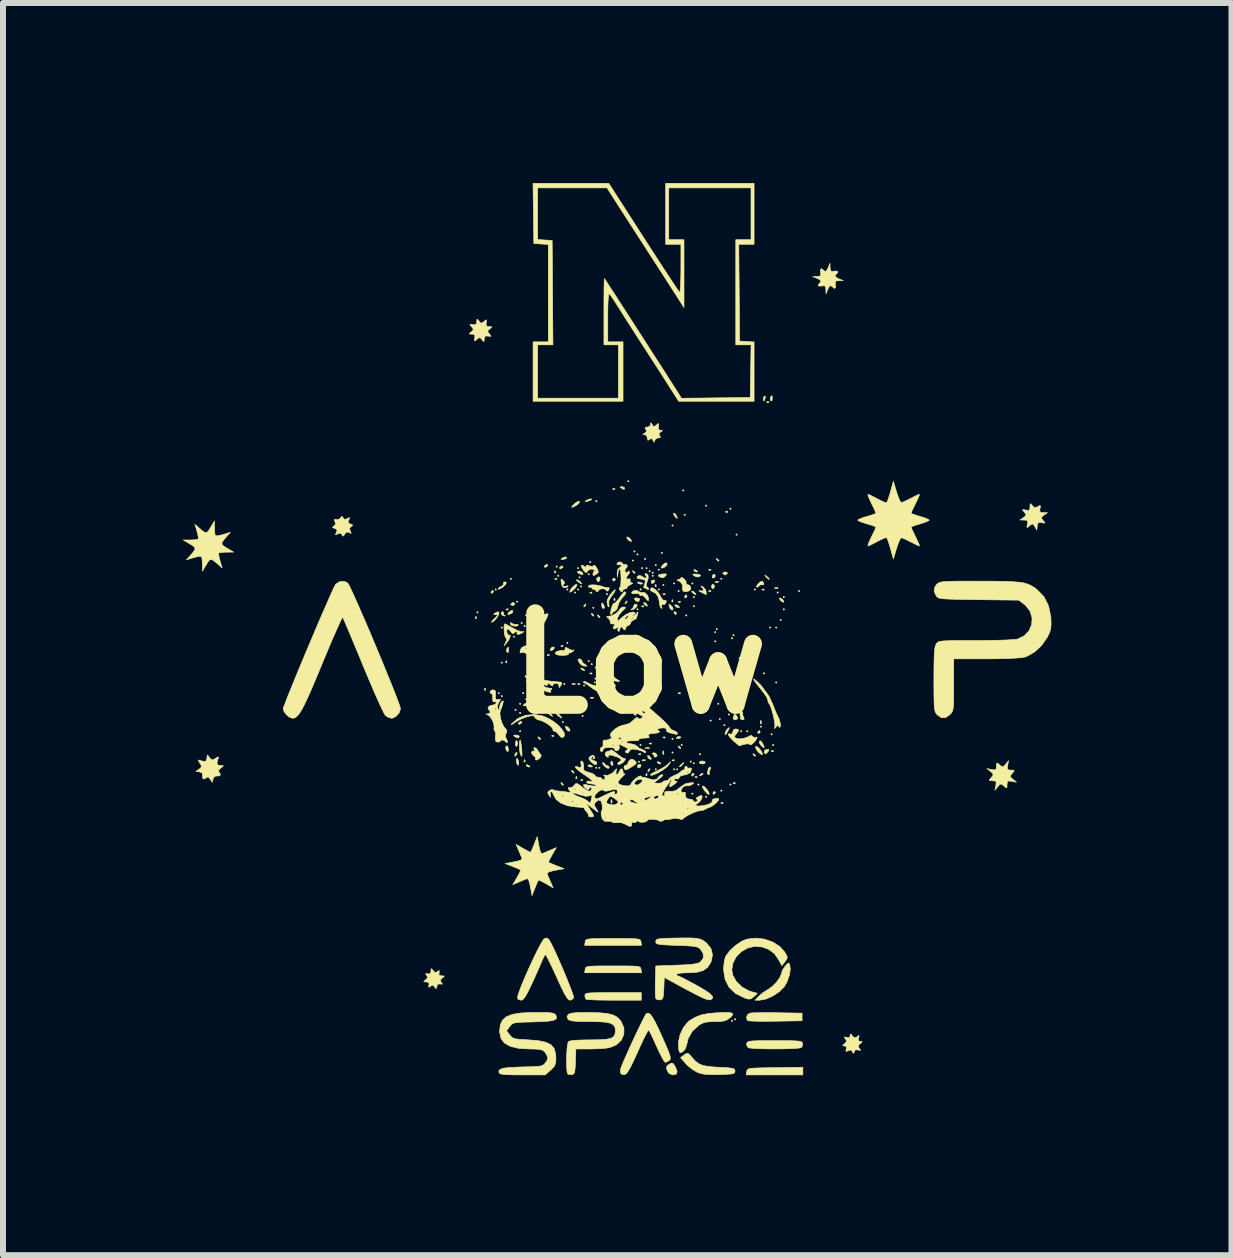
<source format=kicad_pcb>
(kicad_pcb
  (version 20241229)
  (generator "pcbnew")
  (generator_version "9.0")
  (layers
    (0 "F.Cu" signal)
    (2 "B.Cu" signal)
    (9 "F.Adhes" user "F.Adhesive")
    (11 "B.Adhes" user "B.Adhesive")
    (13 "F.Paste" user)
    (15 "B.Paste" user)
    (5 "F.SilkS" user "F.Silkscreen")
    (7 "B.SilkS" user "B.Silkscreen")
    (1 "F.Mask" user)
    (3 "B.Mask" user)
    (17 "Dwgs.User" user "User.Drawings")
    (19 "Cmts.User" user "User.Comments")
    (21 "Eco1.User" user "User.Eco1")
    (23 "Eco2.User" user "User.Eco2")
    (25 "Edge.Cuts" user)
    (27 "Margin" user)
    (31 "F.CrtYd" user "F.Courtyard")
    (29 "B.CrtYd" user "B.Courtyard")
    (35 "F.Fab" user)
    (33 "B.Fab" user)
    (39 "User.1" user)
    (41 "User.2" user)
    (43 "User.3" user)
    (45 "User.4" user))
  (footprint "Low"
    (layer "F.Cu")
    (at 7.612 8.006)
    (property "Reference" "Low" (at 0 0 0) (layer "F.SilkS") (effects (font (size 1.524 1.524) (thickness 0.3))))
    (attr through_hole)
    (fp_poly (pts (xy -2.692 -0.851) (xy -2.705 -0.838) (xy -2.718 -0.851) (xy -2.705 -0.864) (xy -2.692 -0.851)) (stroke (width 0.01) (type solid)) (fill yes) (layer "F.SilkS"))
    (fp_poly (pts (xy -2.388 -1.232) (xy -2.4 -1.219) (xy -2.413 -1.232) (xy -2.4 -1.245) (xy -2.388 -1.232)) (stroke (width 0.01) (type solid)) (fill yes) (layer "F.SilkS"))
    (fp_poly (pts (xy -2.337 0.495) (xy -2.349 0.508) (xy -2.362 0.495) (xy -2.349 0.483) (xy -2.337 0.495)) (stroke (width 0.01) (type solid)) (fill yes) (layer "F.SilkS"))
    (fp_poly (pts (xy -2.286 -0.597) (xy -2.299 -0.584) (xy -2.311 -0.597) (xy -2.299 -0.61) (xy -2.286 -0.597)) (stroke (width 0.01) (type solid)) (fill yes) (layer "F.SilkS"))
    (fp_poly (pts (xy -2.286 -0.013) (xy -2.299 0) (xy -2.311 -0.013) (xy -2.299 -0.025) (xy -2.286 -0.013)) (stroke (width 0.01) (type solid)) (fill yes) (layer "F.SilkS"))
    (fp_poly (pts (xy -2.286 0.546) (xy -2.299 0.559) (xy -2.311 0.546) (xy -2.299 0.533) (xy -2.286 0.546)) (stroke (width 0.01) (type solid)) (fill yes) (layer "F.SilkS"))
    (fp_poly (pts (xy -2.134 -1.41) (xy -2.146 -1.397) (xy -2.159 -1.41) (xy -2.146 -1.422) (xy -2.134 -1.41)) (stroke (width 0.01) (type solid)) (fill yes) (layer "F.SilkS"))
    (fp_poly (pts (xy -2.083 -0.445) (xy -2.095 -0.432) (xy -2.108 -0.445) (xy -2.095 -0.457) (xy -2.083 -0.445)) (stroke (width 0.01) (type solid)) (fill yes) (layer "F.SilkS"))
    (fp_poly (pts (xy -2.057 0.775) (xy -2.07 0.787) (xy -2.083 0.775) (xy -2.07 0.762) (xy -2.057 0.775)) (stroke (width 0.01) (type solid)) (fill yes) (layer "F.SilkS"))
    (fp_poly (pts (xy -2.032 -1.029) (xy -2.045 -1.016) (xy -2.057 -1.029) (xy -2.045 -1.041) (xy -2.032 -1.029)) (stroke (width 0.01) (type solid)) (fill yes) (layer "F.SilkS"))
    (fp_poly (pts (xy -1.981 0.673) (xy -1.994 0.686) (xy -2.007 0.673) (xy -1.994 0.66) (xy -1.981 0.673)) (stroke (width 0.01) (type solid)) (fill yes) (layer "F.SilkS"))
    (fp_poly (pts (xy -1.981 0.826) (xy -1.994 0.838) (xy -2.007 0.826) (xy -1.994 0.813) (xy -1.981 0.826)) (stroke (width 0.01) (type solid)) (fill yes) (layer "F.SilkS"))
    (fp_poly (pts (xy -1.981 1.13) (xy -1.994 1.143) (xy -2.007 1.13) (xy -1.994 1.118) (xy -1.981 1.13)) (stroke (width 0.01) (type solid)) (fill yes) (layer "F.SilkS"))
    (fp_poly (pts (xy -1.956 -0.673) (xy -1.968 -0.66) (xy -1.981 -0.673) (xy -1.968 -0.686) (xy -1.956 -0.673)) (stroke (width 0.01) (type solid)) (fill yes) (layer "F.SilkS"))
    (fp_poly (pts (xy -1.93 0.495) (xy -1.943 0.508) (xy -1.956 0.495) (xy -1.943 0.483) (xy -1.93 0.495)) (stroke (width 0.01) (type solid)) (fill yes) (layer "F.SilkS"))
    (fp_poly (pts (xy -1.905 -0.622) (xy -1.918 -0.61) (xy -1.93 -0.622) (xy -1.918 -0.635) (xy -1.905 -0.622)) (stroke (width 0.01) (type solid)) (fill yes) (layer "F.SilkS"))
    (fp_poly (pts (xy -1.88 -0.8) (xy -1.892 -0.787) (xy -1.905 -0.8) (xy -1.892 -0.813) (xy -1.88 -0.8)) (stroke (width 0.01) (type solid)) (fill yes) (layer "F.SilkS"))
    (fp_poly (pts (xy -1.88 0.597) (xy -1.892 0.61) (xy -1.905 0.597) (xy -1.892 0.584) (xy -1.88 0.597)) (stroke (width 0.01) (type solid)) (fill yes) (layer "F.SilkS"))
    (fp_poly (pts (xy -1.829 0.546) (xy -1.841 0.559) (xy -1.854 0.546) (xy -1.841 0.533) (xy -1.829 0.546)) (stroke (width 0.01) (type solid)) (fill yes) (layer "F.SilkS"))
    (fp_poly (pts (xy -1.753 -0.851) (xy -1.765 -0.838) (xy -1.778 -0.851) (xy -1.765 -0.864) (xy -1.753 -0.851)) (stroke (width 0.01) (type solid)) (fill yes) (layer "F.SilkS"))
    (fp_poly (pts (xy -1.727 0.089) (xy -1.74 0.102) (xy -1.753 0.089) (xy -1.74 0.076) (xy -1.727 0.089)) (stroke (width 0.01) (type solid)) (fill yes) (layer "F.SilkS"))
    (fp_poly (pts (xy -1.702 -0.622) (xy -1.714 -0.61) (xy -1.727 -0.622) (xy -1.714 -0.635) (xy -1.702 -0.622)) (stroke (width 0.01) (type solid)) (fill yes) (layer "F.SilkS"))
    (fp_poly (pts (xy -1.676 -0.241) (xy -1.689 -0.229) (xy -1.702 -0.241) (xy -1.689 -0.254) (xy -1.676 -0.241)) (stroke (width 0.01) (type solid)) (fill yes) (layer "F.SilkS"))
    (fp_poly (pts (xy -1.575 0.622) (xy -1.587 0.635) (xy -1.6 0.622) (xy -1.587 0.61) (xy -1.575 0.622)) (stroke (width 0.01) (type solid)) (fill yes) (layer "F.SilkS"))
    (fp_poly (pts (xy -1.499 0.673) (xy -1.511 0.686) (xy -1.524 0.673) (xy -1.511 0.66) (xy -1.499 0.673)) (stroke (width 0.01) (type solid)) (fill yes) (layer "F.SilkS"))
    (fp_poly (pts (xy -1.473 0.749) (xy -1.486 0.762) (xy -1.499 0.749) (xy -1.486 0.737) (xy -1.473 0.749)) (stroke (width 0.01) (type solid)) (fill yes) (layer "F.SilkS"))
    (fp_poly (pts (xy -1.422 0.724) (xy -1.435 0.737) (xy -1.448 0.724) (xy -1.435 0.711) (xy -1.422 0.724)) (stroke (width 0.01) (type solid)) (fill yes) (layer "F.SilkS"))
    (fp_poly (pts (xy -1.372 -1.613) (xy -1.384 -1.6) (xy -1.397 -1.613) (xy -1.384 -1.626) (xy -1.372 -1.613)) (stroke (width 0.01) (type solid)) (fill yes) (layer "F.SilkS"))
    (fp_poly (pts (xy -1.346 -1.46) (xy -1.359 -1.448) (xy -1.372 -1.46) (xy -1.359 -1.473) (xy -1.346 -1.46)) (stroke (width 0.01) (type solid)) (fill yes) (layer "F.SilkS"))
    (fp_poly (pts (xy -1.27 0.978) (xy -1.283 0.991) (xy -1.295 0.978) (xy -1.283 0.965) (xy -1.27 0.978)) (stroke (width 0.01) (type solid)) (fill yes) (layer "F.SilkS"))
    (fp_poly (pts (xy -1.245 0.343) (xy -1.257 0.356) (xy -1.27 0.343) (xy -1.257 0.33) (xy -1.245 0.343)) (stroke (width 0.01) (type solid)) (fill yes) (layer "F.SilkS"))
    (fp_poly (pts (xy -1.194 -1.232) (xy -1.206 -1.219) (xy -1.219 -1.232) (xy -1.206 -1.245) (xy -1.194 -1.232)) (stroke (width 0.01) (type solid)) (fill yes) (layer "F.SilkS"))
    (fp_poly (pts (xy -1.194 -0.343) (xy -1.206 -0.33) (xy -1.219 -0.343) (xy -1.206 -0.356) (xy -1.194 -0.343)) (stroke (width 0.01) (type solid)) (fill yes) (layer "F.SilkS"))
    (fp_poly (pts (xy -1.067 -1.181) (xy -1.079 -1.168) (xy -1.092 -1.181) (xy -1.079 -1.194) (xy -1.067 -1.181)) (stroke (width 0.01) (type solid)) (fill yes) (layer "F.SilkS"))
    (fp_poly (pts (xy -1.016 -1.587) (xy -1.029 -1.575) (xy -1.041 -1.587) (xy -1.029 -1.6) (xy -1.016 -1.587)) (stroke (width 0.01) (type solid)) (fill yes) (layer "F.SilkS"))
    (fp_poly (pts (xy -1.016 -1.232) (xy -1.029 -1.219) (xy -1.041 -1.232) (xy -1.029 -1.245) (xy -1.016 -1.232)) (stroke (width 0.01) (type solid)) (fill yes) (layer "F.SilkS"))
    (fp_poly (pts (xy -0.991 -1.435) (xy -1.003 -1.422) (xy -1.016 -1.435) (xy -1.003 -1.448) (xy -0.991 -1.435)) (stroke (width 0.01) (type solid)) (fill yes) (layer "F.SilkS"))
    (fp_poly (pts (xy -0.965 -1.283) (xy -0.978 -1.27) (xy -0.991 -1.283) (xy -0.978 -1.295) (xy -0.965 -1.283)) (stroke (width 0.01) (type solid)) (fill yes) (layer "F.SilkS"))
    (fp_poly (pts (xy -0.94 0.876) (xy -0.953 0.889) (xy -0.965 0.876) (xy -0.953 0.864) (xy -0.94 0.876)) (stroke (width 0.01) (type solid)) (fill yes) (layer "F.SilkS"))
    (fp_poly (pts (xy -0.914 0.368) (xy -0.927 0.381) (xy -0.94 0.368) (xy -0.927 0.356) (xy -0.914 0.368)) (stroke (width 0.01) (type solid)) (fill yes) (layer "F.SilkS"))
    (fp_poly (pts (xy -0.838 -1.486) (xy -0.851 -1.473) (xy -0.864 -1.486) (xy -0.851 -1.499) (xy -0.838 -1.486)) (stroke (width 0.01) (type solid)) (fill yes) (layer "F.SilkS"))
    (fp_poly (pts (xy -0.838 -0.038) (xy -0.851 -0.025) (xy -0.864 -0.038) (xy -0.851 -0.051) (xy -0.838 -0.038)) (stroke (width 0.01) (type solid)) (fill yes) (layer "F.SilkS"))
    (fp_poly (pts (xy -0.813 -1.689) (xy -0.826 -1.676) (xy -0.838 -1.689) (xy -0.826 -1.702) (xy -0.813 -1.689)) (stroke (width 0.01) (type solid)) (fill yes) (layer "F.SilkS"))
    (fp_poly (pts (xy -0.787 0.013) (xy -0.8 0.025) (xy -0.813 0.013) (xy -0.8 0) (xy -0.787 0.013)) (stroke (width 0.01) (type solid)) (fill yes) (layer "F.SilkS"))
    (fp_poly (pts (xy -0.762 -0.927) (xy -0.775 -0.914) (xy -0.787 -0.927) (xy -0.775 -0.94) (xy -0.762 -0.927)) (stroke (width 0.01) (type solid)) (fill yes) (layer "F.SilkS"))
    (fp_poly (pts (xy -0.737 0.318) (xy -0.749 0.33) (xy -0.762 0.318) (xy -0.749 0.305) (xy -0.737 0.318)) (stroke (width 0.01) (type solid)) (fill yes) (layer "F.SilkS"))
    (fp_poly (pts (xy -0.711 -2.705) (xy -0.724 -2.692) (xy -0.737 -2.705) (xy -0.724 -2.718) (xy -0.711 -2.705)) (stroke (width 0.01) (type solid)) (fill yes) (layer "F.SilkS"))
    (fp_poly (pts (xy -0.711 1.74) (xy -0.724 1.753) (xy -0.737 1.74) (xy -0.724 1.727) (xy -0.711 1.74)) (stroke (width 0.01) (type solid)) (fill yes) (layer "F.SilkS"))
    (fp_poly (pts (xy -0.66 1.74) (xy -0.673 1.753) (xy -0.686 1.74) (xy -0.673 1.727) (xy -0.66 1.74)) (stroke (width 0.01) (type solid)) (fill yes) (layer "F.SilkS"))
    (fp_poly (pts (xy -0.533 -1.156) (xy -0.546 -1.143) (xy -0.559 -1.156) (xy -0.546 -1.168) (xy -0.533 -1.156)) (stroke (width 0.01) (type solid)) (fill yes) (layer "F.SilkS"))
    (fp_poly (pts (xy -0.178 -3.035) (xy -0.191 -3.023) (xy -0.203 -3.035) (xy -0.191 -3.048) (xy -0.178 -3.035)) (stroke (width 0.01) (type solid)) (fill yes) (layer "F.SilkS"))
    (fp_poly (pts (xy -0.102 -1.714) (xy -0.114 -1.702) (xy -0.127 -1.714) (xy -0.114 -1.727) (xy -0.102 -1.714)) (stroke (width 0.01) (type solid)) (fill yes) (layer "F.SilkS"))
    (fp_poly (pts (xy -0.076 -1.867) (xy -0.089 -1.854) (xy -0.102 -1.867) (xy -0.089 -1.88) (xy -0.076 -1.867)) (stroke (width 0.01) (type solid)) (fill yes) (layer "F.SilkS"))
    (fp_poly (pts (xy -0.025 -1.816) (xy -0.038 -1.803) (xy -0.051 -1.816) (xy -0.038 -1.829) (xy -0.025 -1.816)) (stroke (width 0.01) (type solid)) (fill yes) (layer "F.SilkS"))
    (fp_poly (pts (xy -0.025 -0.902) (xy -0.038 -0.889) (xy -0.051 -0.902) (xy -0.038 -0.914) (xy -0.025 -0.902)) (stroke (width 0.01) (type solid)) (fill yes) (layer "F.SilkS"))
    (fp_poly (pts (xy 0 1.638) (xy -0.013 1.651) (xy -0.025 1.638) (xy -0.013 1.626) (xy 0 1.638)) (stroke (width 0.01) (type solid)) (fill yes) (layer "F.SilkS"))
    (fp_poly (pts (xy 0.025 -1.232) (xy 0.013 -1.219) (xy 0 -1.232) (xy 0.013 -1.245) (xy 0.025 -1.232)) (stroke (width 0.01) (type solid)) (fill yes) (layer "F.SilkS"))
    (fp_poly (pts (xy 0.025 1.359) (xy 0.013 1.372) (xy 0 1.359) (xy 0.013 1.346) (xy 0.025 1.359)) (stroke (width 0.01) (type solid)) (fill yes) (layer "F.SilkS"))
    (fp_poly (pts (xy 0.051 -1.587) (xy 0.038 -1.575) (xy 0.025 -1.587) (xy 0.038 -1.6) (xy 0.051 -1.587)) (stroke (width 0.01) (type solid)) (fill yes) (layer "F.SilkS"))
    (fp_poly (pts (xy 0.102 -1.74) (xy 0.089 -1.727) (xy 0.076 -1.74) (xy 0.089 -1.753) (xy 0.102 -1.74)) (stroke (width 0.01) (type solid)) (fill yes) (layer "F.SilkS"))
    (fp_poly (pts (xy 0.127 -1.587) (xy 0.114 -1.575) (xy 0.102 -1.587) (xy 0.114 -1.6) (xy 0.127 -1.587)) (stroke (width 0.01) (type solid)) (fill yes) (layer "F.SilkS"))
    (fp_poly (pts (xy 0.178 -1.537) (xy 0.165 -1.524) (xy 0.152 -1.537) (xy 0.165 -1.549) (xy 0.178 -1.537)) (stroke (width 0.01) (type solid)) (fill yes) (layer "F.SilkS"))
    (fp_poly (pts (xy 0.229 -1.511) (xy 0.216 -1.499) (xy 0.203 -1.511) (xy 0.216 -1.524) (xy 0.229 -1.511)) (stroke (width 0.01) (type solid)) (fill yes) (layer "F.SilkS"))
    (fp_poly (pts (xy 0.229 -1.46) (xy 0.216 -1.448) (xy 0.203 -1.46) (xy 0.216 -1.473) (xy 0.229 -1.46)) (stroke (width 0.01) (type solid)) (fill yes) (layer "F.SilkS"))
    (fp_poly (pts (xy 0.279 -1.638) (xy 0.267 -1.626) (xy 0.254 -1.638) (xy 0.267 -1.651) (xy 0.279 -1.638)) (stroke (width 0.01) (type solid)) (fill yes) (layer "F.SilkS"))
    (fp_poly (pts (xy 0.279 1.765) (xy 0.267 1.778) (xy 0.254 1.765) (xy 0.267 1.753) (xy 0.279 1.765)) (stroke (width 0.01) (type solid)) (fill yes) (layer "F.SilkS"))
    (fp_poly (pts (xy 0.33 -1.562) (xy 0.318 -1.549) (xy 0.305 -1.562) (xy 0.318 -1.575) (xy 0.33 -1.562)) (stroke (width 0.01) (type solid)) (fill yes) (layer "F.SilkS"))
    (fp_poly (pts (xy 0.33 -1.232) (xy 0.318 -1.219) (xy 0.305 -1.232) (xy 0.318 -1.245) (xy 0.33 -1.232)) (stroke (width 0.01) (type solid)) (fill yes) (layer "F.SilkS"))
    (fp_poly (pts (xy 0.381 -1.841) (xy 0.368 -1.829) (xy 0.356 -1.841) (xy 0.368 -1.854) (xy 0.381 -1.841)) (stroke (width 0.01) (type solid)) (fill yes) (layer "F.SilkS"))
    (fp_poly (pts (xy 0.406 -1.308) (xy 0.394 -1.295) (xy 0.381 -1.308) (xy 0.394 -1.321) (xy 0.406 -1.308)) (stroke (width 0.01) (type solid)) (fill yes) (layer "F.SilkS"))
    (fp_poly (pts (xy 0.559 -2.299) (xy 0.546 -2.286) (xy 0.533 -2.299) (xy 0.546 -2.311) (xy 0.559 -2.299)) (stroke (width 0.01) (type solid)) (fill yes) (layer "F.SilkS"))
    (fp_poly (pts (xy 0.559 1.257) (xy 0.546 1.27) (xy 0.533 1.257) (xy 0.546 1.245) (xy 0.559 1.257)) (stroke (width 0.01) (type solid)) (fill yes) (layer "F.SilkS"))
    (fp_poly (pts (xy 0.559 1.486) (xy 0.546 1.499) (xy 0.533 1.486) (xy 0.546 1.473) (xy 0.559 1.486)) (stroke (width 0.01) (type solid)) (fill yes) (layer "F.SilkS"))
    (fp_poly (pts (xy 0.584 -1.333) (xy 0.572 -1.321) (xy 0.559 -1.333) (xy 0.572 -1.346) (xy 0.584 -1.333)) (stroke (width 0.01) (type solid)) (fill yes) (layer "F.SilkS"))
    (fp_poly (pts (xy 0.584 1.765) (xy 0.572 1.778) (xy 0.559 1.765) (xy 0.572 1.753) (xy 0.584 1.765)) (stroke (width 0.01) (type solid)) (fill yes) (layer "F.SilkS"))
    (fp_poly (pts (xy 0.635 1.765) (xy 0.622 1.778) (xy 0.61 1.765) (xy 0.622 1.753) (xy 0.635 1.765)) (stroke (width 0.01) (type solid)) (fill yes) (layer "F.SilkS"))
    (fp_poly (pts (xy 0.66 -1.206) (xy 0.648 -1.194) (xy 0.635 -1.206) (xy 0.648 -1.219) (xy 0.66 -1.206)) (stroke (width 0.01) (type solid)) (fill yes) (layer "F.SilkS"))
    (fp_poly (pts (xy 0.711 1.359) (xy 0.699 1.372) (xy 0.686 1.359) (xy 0.699 1.346) (xy 0.711 1.359)) (stroke (width 0.01) (type solid)) (fill yes) (layer "F.SilkS"))
    (fp_poly (pts (xy 0.737 -2.883) (xy 0.724 -2.87) (xy 0.711 -2.883) (xy 0.724 -2.896) (xy 0.737 -2.883)) (stroke (width 0.01) (type solid)) (fill yes) (layer "F.SilkS"))
    (fp_poly (pts (xy 0.762 -2.477) (xy 0.749 -2.464) (xy 0.737 -2.477) (xy 0.749 -2.489) (xy 0.762 -2.477)) (stroke (width 0.01) (type solid)) (fill yes) (layer "F.SilkS"))
    (fp_poly (pts (xy 0.787 -0.8) (xy 0.775 -0.787) (xy 0.762 -0.8) (xy 0.775 -0.813) (xy 0.787 -0.8)) (stroke (width 0.01) (type solid)) (fill yes) (layer "F.SilkS"))
    (fp_poly (pts (xy 0.864 1.638) (xy 0.851 1.651) (xy 0.838 1.638) (xy 0.851 1.626) (xy 0.864 1.638)) (stroke (width 0.01) (type solid)) (fill yes) (layer "F.SilkS"))
    (fp_poly (pts (xy 0.889 -1.333) (xy 0.876 -1.321) (xy 0.864 -1.333) (xy 0.876 -1.346) (xy 0.889 -1.333)) (stroke (width 0.01) (type solid)) (fill yes) (layer "F.SilkS"))
    (fp_poly (pts (xy 0.889 2.172) (xy 0.876 2.184) (xy 0.864 2.172) (xy 0.876 2.159) (xy 0.889 2.172)) (stroke (width 0.01) (type solid)) (fill yes) (layer "F.SilkS"))
    (fp_poly (pts (xy 0.914 -1.105) (xy 0.902 -1.092) (xy 0.889 -1.105) (xy 0.902 -1.118) (xy 0.914 -1.105)) (stroke (width 0.01) (type solid)) (fill yes) (layer "F.SilkS"))
    (fp_poly (pts (xy 0.914 -0.953) (xy 0.902 -0.94) (xy 0.889 -0.953) (xy 0.902 -0.965) (xy 0.914 -0.953)) (stroke (width 0.01) (type solid)) (fill yes) (layer "F.SilkS"))
    (fp_poly (pts (xy 0.914 1.664) (xy 0.902 1.676) (xy 0.889 1.664) (xy 0.902 1.651) (xy 0.914 1.664)) (stroke (width 0.01) (type solid)) (fill yes) (layer "F.SilkS"))
    (fp_poly (pts (xy 0.991 2.019) (xy 0.978 2.032) (xy 0.965 2.019) (xy 0.978 2.007) (xy 0.991 2.019)) (stroke (width 0.01) (type solid)) (fill yes) (layer "F.SilkS"))
    (fp_poly (pts (xy 1.016 1.511) (xy 1.003 1.524) (xy 0.991 1.511) (xy 1.003 1.499) (xy 1.016 1.511)) (stroke (width 0.01) (type solid)) (fill yes) (layer "F.SilkS"))
    (fp_poly (pts (xy 1.118 -2.629) (xy 1.105 -2.616) (xy 1.092 -2.629) (xy 1.105 -2.642) (xy 1.118 -2.629)) (stroke (width 0.01) (type solid)) (fill yes) (layer "F.SilkS"))
    (fp_poly (pts (xy 1.118 2.223) (xy 1.105 2.235) (xy 1.092 2.223) (xy 1.105 2.21) (xy 1.118 2.223)) (stroke (width 0.01) (type solid)) (fill yes) (layer "F.SilkS"))
    (fp_poly (pts (xy 1.194 0.953) (xy 1.181 0.965) (xy 1.168 0.953) (xy 1.181 0.94) (xy 1.194 0.953)) (stroke (width 0.01) (type solid)) (fill yes) (layer "F.SilkS"))
    (fp_poly (pts (xy 1.27 -0.521) (xy 1.257 -0.508) (xy 1.245 -0.521) (xy 1.257 -0.533) (xy 1.27 -0.521)) (stroke (width 0.01) (type solid)) (fill yes) (layer "F.SilkS"))
    (fp_poly (pts (xy 1.27 -0.368) (xy 1.257 -0.356) (xy 1.245 -0.368) (xy 1.257 -0.381) (xy 1.27 -0.368)) (stroke (width 0.01) (type solid)) (fill yes) (layer "F.SilkS"))
    (fp_poly (pts (xy 1.295 -0.572) (xy 1.283 -0.559) (xy 1.27 -0.572) (xy 1.283 -0.584) (xy 1.295 -0.572)) (stroke (width 0.01) (type solid)) (fill yes) (layer "F.SilkS"))
    (fp_poly (pts (xy 1.321 0.673) (xy 1.308 0.686) (xy 1.295 0.673) (xy 1.308 0.66) (xy 1.321 0.673)) (stroke (width 0.01) (type solid)) (fill yes) (layer "F.SilkS"))
    (fp_poly (pts (xy 1.346 0.927) (xy 1.333 0.94) (xy 1.321 0.927) (xy 1.333 0.914) (xy 1.346 0.927)) (stroke (width 0.01) (type solid)) (fill yes) (layer "F.SilkS"))
    (fp_poly (pts (xy 1.372 -1.41) (xy 1.359 -1.397) (xy 1.346 -1.41) (xy 1.359 -1.422) (xy 1.372 -1.41)) (stroke (width 0.01) (type solid)) (fill yes) (layer "F.SilkS"))
    (fp_poly (pts (xy 1.372 2.121) (xy 1.359 2.134) (xy 1.346 2.121) (xy 1.359 2.108) (xy 1.372 2.121)) (stroke (width 0.01) (type solid)) (fill yes) (layer "F.SilkS"))
    (fp_poly (pts (xy 1.422 1.029) (xy 1.41 1.041) (xy 1.397 1.029) (xy 1.41 1.016) (xy 1.422 1.029)) (stroke (width 0.01) (type solid)) (fill yes) (layer "F.SilkS"))
    (fp_poly (pts (xy 1.448 -0.013) (xy 1.435 0) (xy 1.422 -0.013) (xy 1.435 -0.025) (xy 1.448 -0.013)) (stroke (width 0.01) (type solid)) (fill yes) (layer "F.SilkS"))
    (fp_poly (pts (xy 1.499 0.851) (xy 1.486 0.864) (xy 1.473 0.851) (xy 1.486 0.838) (xy 1.499 0.851)) (stroke (width 0.01) (type solid)) (fill yes) (layer "F.SilkS"))
    (fp_poly (pts (xy 1.524 -2.578) (xy 1.511 -2.565) (xy 1.499 -2.578) (xy 1.511 -2.591) (xy 1.524 -2.578)) (stroke (width 0.01) (type solid)) (fill yes) (layer "F.SilkS"))
    (fp_poly (pts (xy 1.524 2.019) (xy 1.511 2.032) (xy 1.499 2.019) (xy 1.511 2.007) (xy 1.524 2.019)) (stroke (width 0.01) (type solid)) (fill yes) (layer "F.SilkS"))
    (fp_poly (pts (xy 1.549 -0.419) (xy 1.537 -0.406) (xy 1.524 -0.419) (xy 1.537 -0.432) (xy 1.549 -0.419)) (stroke (width 0.01) (type solid)) (fill yes) (layer "F.SilkS"))
    (fp_poly (pts (xy 1.549 5.956) (xy 1.537 5.969) (xy 1.524 5.956) (xy 1.537 5.944) (xy 1.549 5.956)) (stroke (width 0.01) (type solid)) (fill yes) (layer "F.SilkS"))
    (fp_poly (pts (xy 1.575 -0.47) (xy 1.562 -0.457) (xy 1.549 -0.47) (xy 1.562 -0.483) (xy 1.575 -0.47)) (stroke (width 0.01) (type solid)) (fill yes) (layer "F.SilkS"))
    (fp_poly (pts (xy 1.6 5.931) (xy 1.587 5.944) (xy 1.575 5.931) (xy 1.587 5.918) (xy 1.6 5.931)) (stroke (width 0.01) (type solid)) (fill yes) (layer "F.SilkS"))
    (fp_poly (pts (xy 1.626 -2.146) (xy 1.613 -2.134) (xy 1.6 -2.146) (xy 1.613 -2.159) (xy 1.626 -2.146)) (stroke (width 0.01) (type solid)) (fill yes) (layer "F.SilkS"))
    (fp_poly (pts (xy 1.676 -0.089) (xy 1.664 -0.076) (xy 1.651 -0.089) (xy 1.664 -0.102) (xy 1.676 -0.089)) (stroke (width 0.01) (type solid)) (fill yes) (layer "F.SilkS"))
    (fp_poly (pts (xy 1.702 1.13) (xy 1.689 1.143) (xy 1.676 1.13) (xy 1.689 1.118) (xy 1.702 1.13)) (stroke (width 0.01) (type solid)) (fill yes) (layer "F.SilkS"))
    (fp_poly (pts (xy 1.803 1.13) (xy 1.791 1.143) (xy 1.778 1.13) (xy 1.791 1.118) (xy 1.803 1.13)) (stroke (width 0.01) (type solid)) (fill yes) (layer "F.SilkS"))
    (fp_poly (pts (xy 1.93 -1.232) (xy 1.918 -1.219) (xy 1.905 -1.232) (xy 1.918 -1.245) (xy 1.93 -1.232)) (stroke (width 0.01) (type solid)) (fill yes) (layer "F.SilkS"))
    (fp_poly (pts (xy 2.032 1.054) (xy 2.019 1.067) (xy 2.007 1.054) (xy 2.019 1.041) (xy 2.032 1.054)) (stroke (width 0.01) (type solid)) (fill yes) (layer "F.SilkS"))
    (fp_poly (pts (xy 2.083 0.165) (xy 2.07 0.178) (xy 2.057 0.165) (xy 2.07 0.152) (xy 2.083 0.165)) (stroke (width 0.01) (type solid)) (fill yes) (layer "F.SilkS"))
    (fp_poly (pts (xy 2.184 -0.597) (xy 2.172 -0.584) (xy 2.159 -0.597) (xy 2.172 -0.61) (xy 2.184 -0.597)) (stroke (width 0.01) (type solid)) (fill yes) (layer "F.SilkS"))
    (fp_poly (pts (xy 2.21 1.181) (xy 2.197 1.194) (xy 2.184 1.181) (xy 2.197 1.168) (xy 2.21 1.181)) (stroke (width 0.01) (type solid)) (fill yes) (layer "F.SilkS"))
    (fp_poly (pts (xy 2.235 1.359) (xy 2.223 1.372) (xy 2.21 1.359) (xy 2.223 1.346) (xy 2.235 1.359)) (stroke (width 0.01) (type solid)) (fill yes) (layer "F.SilkS"))
    (fp_poly (pts (xy 2.286 -0.597) (xy 2.273 -0.584) (xy 2.261 -0.597) (xy 2.273 -0.61) (xy 2.286 -0.597)) (stroke (width 0.01) (type solid)) (fill yes) (layer "F.SilkS"))
    (fp_poly (pts (xy 2.286 0.318) (xy 2.273 0.33) (xy 2.261 0.318) (xy 2.273 0.305) (xy 2.286 0.318)) (stroke (width 0.01) (type solid)) (fill yes) (layer "F.SilkS"))
    (fp_poly (pts (xy 2.311 -1.181) (xy 2.299 -1.168) (xy 2.286 -1.181) (xy 2.299 -1.194) (xy 2.311 -1.181)) (stroke (width 0.01) (type solid)) (fill yes) (layer "F.SilkS"))
    (fp_poly (pts (xy 2.362 -0.724) (xy 2.349 -0.711) (xy 2.337 -0.724) (xy 2.349 -0.737) (xy 2.362 -0.724)) (stroke (width 0.01) (type solid)) (fill yes) (layer "F.SilkS"))
    (fp_poly (pts (xy 2.413 -1.105) (xy 2.4 -1.092) (xy 2.388 -1.105) (xy 2.4 -1.118) (xy 2.413 -1.105)) (stroke (width 0.01) (type solid)) (fill yes) (layer "F.SilkS"))
    (fp_poly (pts (xy 2.413 -0.902) (xy 2.4 -0.889) (xy 2.388 -0.902) (xy 2.4 -0.914) (xy 2.413 -0.902)) (stroke (width 0.01) (type solid)) (fill yes) (layer "F.SilkS"))
    (fp_poly (pts (xy 2.667 -1.206) (xy 2.654 -1.194) (xy 2.642 -1.206) (xy 2.654 -1.219) (xy 2.667 -1.206)) (stroke (width 0.01) (type solid)) (fill yes) (layer "F.SilkS"))
    (fp_poly (pts (xy -2.726 -0.779) (xy -2.723 -0.749) (xy -2.726 -0.745) (xy -2.741 -0.749) (xy -2.743 -0.762) (xy -2.734 -0.783) (xy -2.726 -0.779)) (stroke (width 0.01) (type solid)) (fill yes) (layer "F.SilkS"))
    (fp_poly (pts (xy -2.574 0.415) (xy -2.571 0.445) (xy -2.574 0.449) (xy -2.589 0.445) (xy -2.591 0.432) (xy -2.582 0.411) (xy -2.574 0.415)) (stroke (width 0.01) (type solid)) (fill yes) (layer "F.SilkS"))
    (fp_poly (pts (xy -2.218 -0.042) (xy -2.215 -0.012) (xy -2.218 -0.008) (xy -2.233 -0.012) (xy -2.235 -0.025) (xy -2.226 -0.046) (xy -2.218 -0.042)) (stroke (width 0.01) (type solid)) (fill yes) (layer "F.SilkS"))
    (fp_poly (pts (xy -2.193 -0.906) (xy -2.196 -0.891) (xy -2.21 -0.889) (xy -2.231 -0.898) (xy -2.227 -0.906) (xy -2.197 -0.909) (xy -2.193 -0.906)) (stroke (width 0.01) (type solid)) (fill yes) (layer "F.SilkS"))
    (fp_poly (pts (xy -1.913 1.609) (xy -1.91 1.639) (xy -1.913 1.643) (xy -1.929 1.639) (xy -1.93 1.626) (xy -1.921 1.605) (xy -1.913 1.609)) (stroke (width 0.01) (type solid)) (fill yes) (layer "F.SilkS"))
    (fp_poly (pts (xy -1.507 -0.144) (xy -1.511 -0.129) (xy -1.524 -0.127) (xy -1.545 -0.136) (xy -1.541 -0.144) (xy -1.511 -0.147) (xy -1.507 -0.144)) (stroke (width 0.01) (type solid)) (fill yes) (layer "F.SilkS"))
    (fp_poly (pts (xy -1.431 1.202) (xy -1.434 1.217) (xy -1.448 1.219) (xy -1.469 1.21) (xy -1.465 1.202) (xy -1.435 1.199) (xy -1.431 1.202)) (stroke (width 0.01) (type solid)) (fill yes) (layer "F.SilkS"))
    (fp_poly (pts (xy -1.405 -1.541) (xy -1.402 -1.511) (xy -1.405 -1.507) (xy -1.421 -1.511) (xy -1.422 -1.524) (xy -1.413 -1.545) (xy -1.405 -1.541)) (stroke (width 0.01) (type solid)) (fill yes) (layer "F.SilkS"))
    (fp_poly (pts (xy -1.38 -1.414) (xy -1.384 -1.399) (xy -1.397 -1.397) (xy -1.418 -1.406) (xy -1.414 -1.414) (xy -1.384 -1.417) (xy -1.38 -1.414)) (stroke (width 0.01) (type solid)) (fill yes) (layer "F.SilkS"))
    (fp_poly (pts (xy -1.278 -0.296) (xy -1.282 -0.281) (xy -1.295 -0.279) (xy -1.316 -0.289) (xy -1.312 -0.296) (xy -1.282 -0.299) (xy -1.278 -0.296)) (stroke (width 0.01) (type solid)) (fill yes) (layer "F.SilkS"))
    (fp_poly (pts (xy -1.074 0.34) (xy -1.081 0.352) (xy -1.107 0.354) (xy -1.134 0.347) (xy -1.122 0.338) (xy -1.083 0.335) (xy -1.074 0.34)) (stroke (width 0.01) (type solid)) (fill yes) (layer "F.SilkS"))
    (fp_poly (pts (xy -1.05 1.888) (xy -1.047 1.918) (xy -1.05 1.922) (xy -1.065 1.918) (xy -1.067 1.905) (xy -1.058 1.884) (xy -1.05 1.888)) (stroke (width 0.01) (type solid)) (fill yes) (layer "F.SilkS"))
    (fp_poly (pts (xy -0.999 0.339) (xy -1.003 0.354) (xy -1.016 0.356) (xy -1.037 0.346) (xy -1.033 0.339) (xy -1.003 0.336) (xy -0.999 0.339)) (stroke (width 0.01) (type solid)) (fill yes) (layer "F.SilkS"))
    (fp_poly (pts (xy -0.948 1.939) (xy -0.952 1.954) (xy -0.965 1.956) (xy -0.986 1.947) (xy -0.982 1.939) (xy -0.952 1.936) (xy -0.948 1.939)) (stroke (width 0.01) (type solid)) (fill yes) (layer "F.SilkS"))
    (fp_poly (pts (xy -0.796 -1.185) (xy -0.799 -1.17) (xy -0.813 -1.168) (xy -0.834 -1.178) (xy -0.83 -1.185) (xy -0.8 -1.188) (xy -0.796 -1.185)) (stroke (width 0.01) (type solid)) (fill yes) (layer "F.SilkS"))
    (fp_poly (pts (xy -0.796 0.161) (xy -0.799 0.176) (xy -0.813 0.178) (xy -0.834 0.169) (xy -0.83 0.161) (xy -0.8 0.158) (xy -0.796 0.161)) (stroke (width 0.01) (type solid)) (fill yes) (layer "F.SilkS"))
    (fp_poly (pts (xy -0.769 0.569) (xy -0.776 0.58) (xy -0.802 0.582) (xy -0.829 0.576) (xy -0.818 0.567) (xy -0.778 0.564) (xy -0.769 0.569)) (stroke (width 0.01) (type solid)) (fill yes) (layer "F.SilkS"))
    (fp_poly (pts (xy -0.465 2.281) (xy -0.462 2.321) (xy -0.467 2.33) (xy -0.479 2.322) (xy -0.481 2.297) (xy -0.474 2.269) (xy -0.465 2.281)) (stroke (width 0.01) (type solid)) (fill yes) (layer "F.SilkS"))
    (fp_poly (pts (xy -0.415 -2.913) (xy -0.418 -2.897) (xy -0.432 -2.896) (xy -0.453 -2.905) (xy -0.449 -2.913) (xy -0.419 -2.916) (xy -0.415 -2.913)) (stroke (width 0.01) (type solid)) (fill yes) (layer "F.SilkS"))
    (fp_poly (pts (xy -0.415 -1.084) (xy -0.412 -1.054) (xy -0.415 -1.05) (xy -0.43 -1.053) (xy -0.432 -1.067) (xy -0.423 -1.088) (xy -0.415 -1.084)) (stroke (width 0.01) (type solid)) (fill yes) (layer "F.SilkS"))
    (fp_poly (pts (xy -0.059 0.847) (xy -0.063 0.862) (xy -0.076 0.864) (xy -0.097 0.854) (xy -0.093 0.847) (xy -0.063 0.844) (xy -0.059 0.847)) (stroke (width 0.01) (type solid)) (fill yes) (layer "F.SilkS"))
    (fp_poly (pts (xy 0.017 1.507) (xy 0.013 1.522) (xy 0 1.524) (xy -0.021 1.515) (xy -0.017 1.507) (xy 0.013 1.504) (xy 0.017 1.507)) (stroke (width 0.01) (type solid)) (fill yes) (layer "F.SilkS"))
    (fp_poly (pts (xy 0.068 -0.957) (xy 0.064 -0.942) (xy 0.051 -0.94) (xy 0.03 -0.949) (xy 0.034 -0.957) (xy 0.064 -0.96) (xy 0.068 -0.957)) (stroke (width 0.01) (type solid)) (fill yes) (layer "F.SilkS"))
    (fp_poly (pts (xy 0.095 1.61) (xy 0.087 1.622) (xy 0.061 1.624) (xy 0.034 1.617) (xy 0.046 1.608) (xy 0.086 1.605) (xy 0.095 1.61)) (stroke (width 0.01) (type solid)) (fill yes) (layer "F.SilkS"))
    (fp_poly (pts (xy 0.119 1.837) (xy 0.122 1.867) (xy 0.119 1.871) (xy 0.103 1.868) (xy 0.102 1.854) (xy 0.111 1.833) (xy 0.119 1.837)) (stroke (width 0.01) (type solid)) (fill yes) (layer "F.SilkS"))
    (fp_poly (pts (xy 0.159 1.406) (xy 0.162 1.415) (xy 0.127 1.418) (xy 0.091 1.414) (xy 0.095 1.406) (xy 0.147 1.402) (xy 0.159 1.406)) (stroke (width 0.01) (type solid)) (fill yes) (layer "F.SilkS"))
    (fp_poly (pts (xy 0.195 1.329) (xy 0.191 1.344) (xy 0.178 1.346) (xy 0.157 1.337) (xy 0.161 1.329) (xy 0.191 1.326) (xy 0.195 1.329)) (stroke (width 0.01) (type solid)) (fill yes) (layer "F.SilkS"))
    (fp_poly (pts (xy 0.271 -1.312) (xy 0.274 -1.282) (xy 0.271 -1.278) (xy 0.256 -1.282) (xy 0.254 -1.295) (xy 0.263 -1.316) (xy 0.271 -1.312)) (stroke (width 0.01) (type solid)) (fill yes) (layer "F.SilkS"))
    (fp_poly (pts (xy 0.398 1.468) (xy 0.401 1.508) (xy 0.396 1.517) (xy 0.385 1.51) (xy 0.383 1.484) (xy 0.389 1.457) (xy 0.398 1.468)) (stroke (width 0.01) (type solid)) (fill yes) (layer "F.SilkS"))
    (fp_poly (pts (xy 0.423 -1.16) (xy 0.42 -1.145) (xy 0.406 -1.143) (xy 0.385 -1.152) (xy 0.389 -1.16) (xy 0.42 -1.163) (xy 0.423 -1.16)) (stroke (width 0.01) (type solid)) (fill yes) (layer "F.SilkS"))
    (fp_poly (pts (xy 0.423 1.228) (xy 0.42 1.243) (xy 0.406 1.245) (xy 0.385 1.235) (xy 0.389 1.228) (xy 0.42 1.225) (xy 0.423 1.228)) (stroke (width 0.01) (type solid)) (fill yes) (layer "F.SilkS"))
    (fp_poly (pts (xy 0.55 -1.058) (xy 0.553 -1.028) (xy 0.55 -1.024) (xy 0.535 -1.028) (xy 0.533 -1.041) (xy 0.543 -1.062) (xy 0.55 -1.058)) (stroke (width 0.01) (type solid)) (fill yes) (layer "F.SilkS"))
    (fp_poly (pts (xy 0.576 1.609) (xy 0.572 1.624) (xy 0.559 1.626) (xy 0.538 1.616) (xy 0.542 1.609) (xy 0.572 1.606) (xy 0.576 1.609)) (stroke (width 0.01) (type solid)) (fill yes) (layer "F.SilkS"))
    (fp_poly (pts (xy 0.677 -1.033) (xy 0.674 -1.018) (xy 0.66 -1.016) (xy 0.639 -1.025) (xy 0.643 -1.033) (xy 0.674 -1.036) (xy 0.677 -1.033)) (stroke (width 0.01) (type solid)) (fill yes) (layer "F.SilkS"))
    (fp_poly (pts (xy 0.677 0.491) (xy 0.674 0.506) (xy 0.66 0.508) (xy 0.639 0.499) (xy 0.643 0.491) (xy 0.674 0.488) (xy 0.677 0.491)) (stroke (width 0.01) (type solid)) (fill yes) (layer "F.SilkS"))
    (fp_poly (pts (xy 0.957 1.888) (xy 0.953 1.903) (xy 0.94 1.905) (xy 0.919 1.896) (xy 0.923 1.888) (xy 0.953 1.885) (xy 0.957 1.888)) (stroke (width 0.01) (type solid)) (fill yes) (layer "F.SilkS"))
    (fp_poly (pts (xy 1.185 -1.566) (xy 1.182 -1.551) (xy 1.168 -1.549) (xy 1.147 -1.559) (xy 1.151 -1.566) (xy 1.182 -1.569) (xy 1.185 -1.566)) (stroke (width 0.01) (type solid)) (fill yes) (layer "F.SilkS"))
    (fp_poly (pts (xy 1.185 -1.211) (xy 1.182 -1.196) (xy 1.168 -1.194) (xy 1.147 -1.203) (xy 1.151 -1.211) (xy 1.182 -1.214) (xy 1.185 -1.211)) (stroke (width 0.01) (type solid)) (fill yes) (layer "F.SilkS"))
    (fp_poly (pts (xy 1.314 -1.362) (xy 1.306 -1.35) (xy 1.281 -1.348) (xy 1.253 -1.354) (xy 1.265 -1.364) (xy 1.305 -1.367) (xy 1.314 -1.362)) (stroke (width 0.01) (type solid)) (fill yes) (layer "F.SilkS"))
    (fp_poly (pts (xy 1.389 -0.042) (xy 1.385 -0.027) (xy 1.372 -0.025) (xy 1.351 -0.035) (xy 1.355 -0.042) (xy 1.385 -0.045) (xy 1.389 -0.042)) (stroke (width 0.01) (type solid)) (fill yes) (layer "F.SilkS"))
    (fp_poly (pts (xy 1.389 2.32) (xy 1.385 2.335) (xy 1.372 2.337) (xy 1.351 2.328) (xy 1.355 2.32) (xy 1.385 2.317) (xy 1.389 2.32)) (stroke (width 0.01) (type solid)) (fill yes) (layer "F.SilkS"))
    (fp_poly (pts (xy 1.465 -2.532) (xy 1.461 -2.516) (xy 1.448 -2.515) (xy 1.427 -2.524) (xy 1.431 -2.532) (xy 1.461 -2.535) (xy 1.465 -2.532)) (stroke (width 0.01) (type solid)) (fill yes) (layer "F.SilkS"))
    (fp_poly (pts (xy 1.592 1.99) (xy 1.588 2.005) (xy 1.575 2.007) (xy 1.554 1.997) (xy 1.558 1.99) (xy 1.588 1.987) (xy 1.592 1.99)) (stroke (width 0.01) (type solid)) (fill yes) (layer "F.SilkS"))
    (fp_poly (pts (xy 2.024 0.96) (xy 2.027 1) (xy 2.022 1.009) (xy 2.01 1.002) (xy 2.009 0.976) (xy 2.015 0.949) (xy 2.024 0.96)) (stroke (width 0.01) (type solid)) (fill yes) (layer "F.SilkS"))
    (fp_poly (pts (xy 2.074 -1.236) (xy 2.071 -1.221) (xy 2.057 -1.219) (xy 2.036 -1.228) (xy 2.04 -1.236) (xy 2.071 -1.239) (xy 2.074 -1.236)) (stroke (width 0.01) (type solid)) (fill yes) (layer "F.SilkS"))
    (fp_poly (pts (xy 2.151 -4.36) (xy 2.147 -4.345) (xy 2.134 -4.343) (xy 2.113 -4.353) (xy 2.117 -4.36) (xy 2.147 -4.363) (xy 2.151 -4.36)) (stroke (width 0.01) (type solid)) (fill yes) (layer "F.SilkS"))
    (fp_poly (pts (xy 2.227 1.456) (xy 2.223 1.471) (xy 2.21 1.473) (xy 2.189 1.464) (xy 2.193 1.456) (xy 2.223 1.453) (xy 2.227 1.456)) (stroke (width 0.01) (type solid)) (fill yes) (layer "F.SilkS"))
    (fp_poly (pts (xy 2.305 -1.26) (xy 2.297 -1.248) (xy 2.271 -1.247) (xy 2.244 -1.253) (xy 2.256 -1.262) (xy 2.296 -1.265) (xy 2.305 -1.26)) (stroke (width 0.01) (type solid)) (fill yes) (layer "F.SilkS"))
    (fp_poly (pts (xy -2.043 1.49) (xy -2.048 1.51) (xy -2.068 1.546) (xy -2.081 1.54) (xy -2.083 1.525) (xy -2.064 1.491) (xy -2.058 1.486) (xy -2.043 1.49)) (stroke (width 0.01) (type solid)) (fill yes) (layer "F.SilkS"))
    (fp_poly (pts (xy -2.033 1.322) (xy -2.041 1.366) (xy -2.055 1.383) (xy -2.07 1.373) (xy -2.074 1.336) (xy -2.064 1.294) (xy -2.051 1.287) (xy -2.033 1.322)) (stroke (width 0.01) (type solid)) (fill yes) (layer "F.SilkS"))
    (fp_poly (pts (xy -1.868 1.692) (xy -1.832 1.713) (xy -1.838 1.726) (xy -1.853 1.727) (xy -1.887 1.709) (xy -1.892 1.702) (xy -1.888 1.688) (xy -1.868 1.692)) (stroke (width 0.01) (type solid)) (fill yes) (layer "F.SilkS"))
    (fp_poly (pts (xy -1.68 1.229) (xy -1.653 1.255) (xy -1.659 1.27) (xy -1.662 1.27) (xy -1.684 1.252) (xy -1.692 1.241) (xy -1.695 1.223) (xy -1.68 1.229)) (stroke (width 0.01) (type solid)) (fill yes) (layer "F.SilkS"))
    (fp_poly (pts (xy -1.299 1.991) (xy -1.272 2.017) (xy -1.278 2.032) (xy -1.281 2.032) (xy -1.303 2.014) (xy -1.311 2.003) (xy -1.314 1.985) (xy -1.299 1.991)) (stroke (width 0.01) (type solid)) (fill yes) (layer "F.SilkS"))
    (fp_poly (pts (xy -1.122 1.788) (xy -1.094 1.814) (xy -1.1 1.829) (xy -1.103 1.829) (xy -1.125 1.811) (xy -1.133 1.799) (xy -1.136 1.782) (xy -1.122 1.788)) (stroke (width 0.01) (type solid)) (fill yes) (layer "F.SilkS"))
    (fp_poly (pts (xy -1.012 -1.379) (xy -0.991 -1.359) (xy -0.968 -1.327) (xy -0.983 -1.329) (xy -1.027 -1.36) (xy -1.055 -1.387) (xy -1.049 -1.397) (xy -1.012 -1.379)) (stroke (width 0.01) (type solid)) (fill yes) (layer "F.SilkS"))
    (fp_poly (pts (xy -0.933 0.095) (xy -0.927 0.102) (xy -0.918 0.124) (xy -0.942 0.116) (xy -0.965 0.102) (xy -0.985 0.081) (xy -0.973 0.077) (xy -0.933 0.095)) (stroke (width 0.01) (type solid)) (fill yes) (layer "F.SilkS"))
    (fp_poly (pts (xy -0.791 -0.828) (xy -0.764 -0.802) (xy -0.77 -0.788) (xy -0.773 -0.787) (xy -0.795 -0.805) (xy -0.803 -0.817) (xy -0.806 -0.834) (xy -0.791 -0.828)) (stroke (width 0.01) (type solid)) (fill yes) (layer "F.SilkS"))
    (fp_poly (pts (xy -0.69 -0.803) (xy -0.662 -0.777) (xy -0.668 -0.762) (xy -0.672 -0.762) (xy -0.693 -0.78) (xy -0.701 -0.791) (xy -0.704 -0.809) (xy -0.69 -0.803)) (stroke (width 0.01) (type solid)) (fill yes) (layer "F.SilkS"))
    (fp_poly (pts (xy -0.664 -1.427) (xy -0.665 -1.387) (xy -0.686 -1.362) (xy -0.704 -1.367) (xy -0.72 -1.401) (xy -0.711 -1.422) (xy -0.683 -1.445) (xy -0.664 -1.427)) (stroke (width 0.01) (type solid)) (fill yes) (layer "F.SilkS"))
    (fp_poly (pts (xy -0.106 -1.539) (xy -0.078 -1.516) (xy -0.076 -1.51) (xy -0.088 -1.499) (xy -0.113 -1.523) (xy -0.117 -1.528) (xy -0.12 -1.545) (xy -0.106 -1.539)) (stroke (width 0.01) (type solid)) (fill yes) (layer "F.SilkS"))
    (fp_poly (pts (xy -0.000036 -1.354) (xy 0.044 -1.337) (xy 0.043 -1.324) (xy 0.014 -1.321) (xy -0.028 -1.335) (xy -0.037 -1.344) (xy -0.029 -1.357) (xy -0.000036 -1.354)) (stroke (width 0.01) (type solid)) (fill yes) (layer "F.SilkS"))
    (fp_poly (pts (xy 0.022 1.707) (xy 0.008 1.73) (xy -0.024 1.742) (xy -0.036 1.731) (xy -0.033 1.697) (xy -0.024 1.688) (xy 0.012 1.682) (xy 0.022 1.707)) (stroke (width 0.01) (type solid)) (fill yes) (layer "F.SilkS"))
    (fp_poly (pts (xy 0.104 -1.001) (xy 0.125 -0.971) (xy 0.123 -0.953) (xy 0.101 -0.962) (xy 0.082 -0.98) (xy 0.065 -1.009) (xy 0.074 -1.016) (xy 0.104 -1.001)) (stroke (width 0.01) (type solid)) (fill yes) (layer "F.SilkS"))
    (fp_poly (pts (xy 0.177 1.561) (xy 0.194 1.593) (xy 0.182 1.6) (xy 0.145 1.582) (xy 0.139 1.573) (xy 0.129 1.54) (xy 0.149 1.537) (xy 0.177 1.561)) (stroke (width 0.01) (type solid)) (fill yes) (layer "F.SilkS"))
    (fp_poly (pts (xy 0.25 -1.366) (xy 0.236 -1.344) (xy 0.204 -1.331) (xy 0.193 -1.342) (xy 0.195 -1.377) (xy 0.204 -1.385) (xy 0.241 -1.391) (xy 0.25 -1.366)) (stroke (width 0.01) (type solid)) (fill yes) (layer "F.SilkS"))
    (fp_poly (pts (xy 0.316 1.641) (xy 0.352 1.662) (xy 0.346 1.675) (xy 0.332 1.676) (xy 0.297 1.658) (xy 0.292 1.651) (xy 0.296 1.637) (xy 0.316 1.641)) (stroke (width 0.01) (type solid)) (fill yes) (layer "F.SilkS"))
    (fp_poly (pts (xy 0.587 -2.497) (xy 0.608 -2.466) (xy 0.627 -2.422) (xy 0.616 -2.418) (xy 0.584 -2.452) (xy 0.563 -2.489) (xy 0.566 -2.505) (xy 0.587 -2.497)) (stroke (width 0.01) (type solid)) (fill yes) (layer "F.SilkS"))
    (fp_poly (pts (xy 0.656 1.382) (xy 0.684 1.407) (xy 0.678 1.422) (xy 0.675 1.422) (xy 0.653 1.404) (xy 0.645 1.393) (xy 0.642 1.376) (xy 0.656 1.382)) (stroke (width 0.01) (type solid)) (fill yes) (layer "F.SilkS"))
    (fp_poly (pts (xy 0.893 -1.201) (xy 0.914 -1.182) (xy 0.937 -1.149) (xy 0.921 -1.149) (xy 0.89 -1.167) (xy 0.865 -1.194) (xy 0.867 -1.206) (xy 0.893 -1.201)) (stroke (width 0.01) (type solid)) (fill yes) (layer "F.SilkS"))
    (fp_poly (pts (xy 0.926 -1.559) (xy 0.962 -1.539) (xy 0.956 -1.525) (xy 0.941 -1.524) (xy 0.907 -1.542) (xy 0.902 -1.549) (xy 0.906 -1.564) (xy 0.926 -1.559)) (stroke (width 0.01) (type solid)) (fill yes) (layer "F.SilkS"))
    (fp_poly (pts (xy 1.055 1.834) (xy 1.047 1.853) (xy 1.023 1.865) (xy 0.994 1.873) (xy 1.006 1.854) (xy 1.009 1.851) (xy 1.043 1.831) (xy 1.055 1.834)) (stroke (width 0.01) (type solid)) (fill yes) (layer "F.SilkS"))
    (fp_poly (pts (xy 1.248 -1.484) (xy 1.259 -1.456) (xy 1.239 -1.428) (xy 1.218 -1.422) (xy 1.206 -1.441) (xy 1.21 -1.46) (xy 1.234 -1.486) (xy 1.248 -1.484)) (stroke (width 0.01) (type solid)) (fill yes) (layer "F.SilkS"))
    (fp_poly (pts (xy 1.291 -1.742) (xy 1.319 -1.719) (xy 1.321 -1.713) (xy 1.309 -1.703) (xy 1.284 -1.726) (xy 1.28 -1.731) (xy 1.277 -1.749) (xy 1.291 -1.742)) (stroke (width 0.01) (type solid)) (fill yes) (layer "F.SilkS"))
    (fp_poly (pts (xy 1.651 0.648) (xy 1.666 0.678) (xy 1.663 0.688) (xy 1.638 0.71) (xy 1.626 0.684) (xy 1.626 0.672) (xy 1.638 0.645) (xy 1.651 0.648)) (stroke (width 0.01) (type solid)) (fill yes) (layer "F.SilkS"))
    (fp_poly (pts (xy 1.901 1.509) (xy 1.928 1.532) (xy 1.93 1.538) (xy 1.918 1.549) (xy 1.893 1.525) (xy 1.89 1.52) (xy 1.887 1.503) (xy 1.901 1.509)) (stroke (width 0.01) (type solid)) (fill yes) (layer "F.SilkS"))
    (fp_poly (pts (xy 2.093 -4.448) (xy 2.09 -4.42) (xy 2.073 -4.376) (xy 2.061 -4.376) (xy 2.057 -4.405) (xy 2.071 -4.448) (xy 2.08 -4.456) (xy 2.093 -4.448)) (stroke (width 0.01) (type solid)) (fill yes) (layer "F.SilkS"))
    (fp_poly (pts (xy -2.439 -1.2) (xy -2.438 -1.194) (xy -2.458 -1.169) (xy -2.465 -1.168) (xy -2.48 -1.184) (xy -2.477 -1.194) (xy -2.454 -1.218) (xy -2.45 -1.219) (xy -2.439 -1.2)) (stroke (width 0.01) (type solid)) (fill yes) (layer "F.SilkS"))
    (fp_poly (pts (xy -2.197 1.393) (xy -2.191 1.422) (xy -2.192 1.466) (xy -2.206 1.467) (xy -2.218 1.456) (xy -2.234 1.421) (xy -2.23 1.384) (xy -2.215 1.372) (xy -2.197 1.393)) (stroke (width 0.01) (type solid)) (fill yes) (layer "F.SilkS"))
    (fp_poly (pts (xy -2.185 -0.245) (xy -2.185 -0.235) (xy -2.191 -0.186) (xy -2.208 -0.184) (xy -2.219 -0.198) (xy -2.218 -0.234) (xy -2.209 -0.255) (xy -2.191 -0.273) (xy -2.185 -0.245)) (stroke (width 0.01) (type solid)) (fill yes) (layer "F.SilkS"))
    (fp_poly (pts (xy -2.116 -0.88) (xy -2.117 -0.853) (xy -2.134 -0.837) (xy -2.182 -0.815) (xy -2.201 -0.821) (xy -2.182 -0.852) (xy -2.178 -0.856) (xy -2.138 -0.882) (xy -2.116 -0.88)) (stroke (width 0.01) (type solid)) (fill yes) (layer "F.SilkS"))
    (fp_poly (pts (xy -2.083 -0.997) (xy -2.083 -0.991) (xy -2.103 -0.968) (xy -2.122 -0.965) (xy -2.149 -0.978) (xy -2.146 -0.991) (xy -2.114 -1.015) (xy -2.107 -1.016) (xy -2.083 -0.997)) (stroke (width 0.01) (type solid)) (fill yes) (layer "F.SilkS"))
    (fp_poly (pts (xy -2.019 1.203) (xy -2.007 1.219) (xy -2.023 1.243) (xy -2.069 1.228) (xy -2.083 1.219) (xy -2.103 1.201) (xy -2.078 1.194) (xy -2.064 1.194) (xy -2.019 1.203)) (stroke (width 0.01) (type solid)) (fill yes) (layer "F.SilkS"))
    (fp_poly (pts (xy -1.964 0.981) (xy -1.968 0.991) (xy -2.002 1.015) (xy -2.01 1.016) (xy -2.023 1) (xy -2.019 0.991) (xy -1.986 0.966) (xy -1.978 0.965) (xy -1.964 0.981)) (stroke (width 0.01) (type solid)) (fill yes) (layer "F.SilkS"))
    (fp_poly (pts (xy -1.77 -0.617) (xy -1.767 -0.597) (xy -1.792 -0.582) (xy -1.851 -0.563) (xy -1.872 -0.567) (xy -1.85 -0.592) (xy -1.844 -0.597) (xy -1.797 -0.619) (xy -1.77 -0.617)) (stroke (width 0.01) (type solid)) (fill yes) (layer "F.SilkS"))
    (fp_poly (pts (xy -1.533 -1.635) (xy -1.537 -1.626) (xy -1.57 -1.601) (xy -1.578 -1.6) (xy -1.592 -1.616) (xy -1.587 -1.626) (xy -1.554 -1.65) (xy -1.546 -1.651) (xy -1.533 -1.635)) (stroke (width 0.01) (type solid)) (fill yes) (layer "F.SilkS"))
    (fp_poly (pts (xy -1.422 -0.261) (xy -1.422 -0.259) (xy -1.443 -0.229) (xy -1.463 -0.219) (xy -1.492 -0.218) (xy -1.493 -0.233) (xy -1.47 -0.264) (xy -1.439 -0.276) (xy -1.422 -0.261)) (stroke (width 0.01) (type solid)) (fill yes) (layer "F.SilkS"))
    (fp_poly (pts (xy -1.369 0.832) (xy -1.334 0.863) (xy -1.301 0.904) (xy -1.306 0.91) (xy -1.348 0.882) (xy -1.357 0.876) (xy -1.39 0.843) (xy -1.393 0.826) (xy -1.369 0.832)) (stroke (width 0.01) (type solid)) (fill yes) (layer "F.SilkS"))
    (fp_poly (pts (xy -1.279 -1.61) (xy -1.283 -1.6) (xy -1.316 -1.576) (xy -1.324 -1.575) (xy -1.338 -1.59) (xy -1.333 -1.6) (xy -1.3 -1.625) (xy -1.292 -1.626) (xy -1.279 -1.61)) (stroke (width 0.01) (type solid)) (fill yes) (layer "F.SilkS"))
    (fp_poly (pts (xy -1.22 -1.764) (xy -1.219 -1.758) (xy -1.241 -1.741) (xy -1.276 -1.734) (xy -1.312 -1.734) (xy -1.303 -1.748) (xy -1.295 -1.753) (xy -1.243 -1.776) (xy -1.22 -1.764)) (stroke (width 0.01) (type solid)) (fill yes) (layer "F.SilkS"))
    (fp_poly (pts (xy -1.196 1.064) (xy -1.188 1.071) (xy -1.163 1.109) (xy -1.166 1.129) (xy -1.198 1.124) (xy -1.219 1.105) (xy -1.242 1.062) (xy -1.232 1.045) (xy -1.196 1.064)) (stroke (width 0.01) (type solid)) (fill yes) (layer "F.SilkS"))
    (fp_poly (pts (xy -0.897 -0.974) (xy -0.902 -0.965) (xy -0.926 -0.941) (xy -0.93 -0.94) (xy -0.932 -0.956) (xy -0.927 -0.965) (xy -0.903 -0.989) (xy -0.899 -0.991) (xy -0.897 -0.974)) (stroke (width 0.01) (type solid)) (fill yes) (layer "F.SilkS"))
    (fp_poly (pts (xy -0.826 1.693) (xy -0.792 1.711) (xy -0.787 1.717) (xy -0.808 1.726) (xy -0.826 1.727) (xy -0.859 1.714) (xy -0.864 1.703) (xy -0.845 1.689) (xy -0.826 1.693)) (stroke (width 0.01) (type solid)) (fill yes) (layer "F.SilkS"))
    (fp_poly (pts (xy -0.798 -2.734) (xy -0.826 -2.718) (xy -0.879 -2.699) (xy -0.907 -2.696) (xy -0.899 -2.711) (xy -0.889 -2.718) (xy -0.835 -2.739) (xy -0.813 -2.741) (xy -0.798 -2.734)) (stroke (width 0.01) (type solid)) (fill yes) (layer "F.SilkS"))
    (fp_poly (pts (xy -0.616 -1) (xy -0.61 -0.991) (xy -0.586 -0.938) (xy -0.601 -0.915) (xy -0.61 -0.914) (xy -0.629 -0.936) (xy -0.635 -0.972) (xy -0.631 -1.009) (xy -0.616 -1)) (stroke (width 0.01) (type solid)) (fill yes) (layer "F.SilkS"))
    (fp_poly (pts (xy -0.456 1.645) (xy -0.448 1.664) (xy -0.447 1.696) (xy -0.458 1.702) (xy -0.48 1.681) (xy -0.483 1.664) (xy -0.477 1.63) (xy -0.473 1.626) (xy -0.456 1.645)) (stroke (width 0.01) (type solid)) (fill yes) (layer "F.SilkS"))
    (fp_poly (pts (xy -0.407 -1.403) (xy -0.406 -1.397) (xy -0.426 -1.372) (xy -0.432 -1.372) (xy -0.456 -1.391) (xy -0.457 -1.397) (xy -0.438 -1.422) (xy -0.432 -1.422) (xy -0.407 -1.403)) (stroke (width 0.01) (type solid)) (fill yes) (layer "F.SilkS"))
    (fp_poly (pts (xy -0.261 -2.934) (xy -0.254 -2.921) (xy -0.258 -2.899) (xy -0.28 -2.905) (xy -0.305 -2.921) (xy -0.328 -2.941) (xy -0.304 -2.946) (xy -0.298 -2.946) (xy -0.261 -2.934)) (stroke (width 0.01) (type solid)) (fill yes) (layer "F.SilkS"))
    (fp_poly (pts (xy -0.211 -1.025) (xy -0.216 -1.016) (xy -0.24 -0.992) (xy -0.244 -0.991) (xy -0.246 -1.007) (xy -0.241 -1.016) (xy -0.217 -1.04) (xy -0.213 -1.041) (xy -0.211 -1.025)) (stroke (width 0.01) (type solid)) (fill yes) (layer "F.SilkS"))
    (fp_poly (pts (xy -0.174 -2.091) (xy -0.152 -2.07) (xy -0.137 -2.039) (xy -0.146 -2.032) (xy -0.182 -2.05) (xy -0.203 -2.07) (xy -0.218 -2.101) (xy -0.209 -2.108) (xy -0.174 -2.091)) (stroke (width 0.01) (type solid)) (fill yes) (layer "F.SilkS"))
    (fp_poly (pts (xy -0.011 -1.083) (xy 0 -1.068) (xy -0.017 -1.034) (xy -0.053 -1.035) (xy -0.076 -1.054) (xy -0.092 -1.083) (xy -0.066 -1.092) (xy -0.054 -1.092) (xy -0.011 -1.083)) (stroke (width 0.01) (type solid)) (fill yes) (layer "F.SilkS"))
    (fp_poly (pts (xy 0.17 1.769) (xy 0.165 1.778) (xy 0.141 1.802) (xy 0.137 1.803) (xy 0.135 1.787) (xy 0.14 1.778) (xy 0.164 1.754) (xy 0.168 1.753) (xy 0.17 1.769)) (stroke (width 0.01) (type solid)) (fill yes) (layer "F.SilkS"))
    (fp_poly (pts (xy 0.521 -0.965) (xy 0.553 -0.926) (xy 0.554 -0.896) (xy 0.536 -0.889) (xy 0.509 -0.909) (xy 0.498 -0.929) (xy 0.484 -0.977) (xy 0.496 -0.983) (xy 0.521 -0.965)) (stroke (width 0.01) (type solid)) (fill yes) (layer "F.SilkS"))
    (fp_poly (pts (xy 0.609 -0.845) (xy 0.61 -0.838) (xy 0.601 -0.813) (xy 0.598 -0.813) (xy 0.577 -0.831) (xy 0.572 -0.838) (xy 0.574 -0.862) (xy 0.583 -0.864) (xy 0.609 -0.845)) (stroke (width 0.01) (type solid)) (fill yes) (layer "F.SilkS"))
    (fp_poly (pts (xy 0.615 -0.975) (xy 0.635 -0.965) (xy 0.66 -0.94) (xy 0.659 -0.93) (xy 0.63 -0.93) (xy 0.61 -0.94) (xy 0.584 -0.965) (xy 0.586 -0.975) (xy 0.615 -0.975)) (stroke (width 0.01) (type solid)) (fill yes) (layer "F.SilkS"))
    (fp_poly (pts (xy 0.682 1.225) (xy 0.686 1.229) (xy 0.666 1.246) (xy 0.648 1.254) (xy 0.615 1.254) (xy 0.61 1.244) (xy 0.63 1.222) (xy 0.648 1.219) (xy 0.682 1.225)) (stroke (width 0.01) (type solid)) (fill yes) (layer "F.SilkS"))
    (fp_poly (pts (xy 0.729 1.664) (xy 0.714 1.683) (xy 0.677 1.722) (xy 0.661 1.722) (xy 0.66 1.718) (xy 0.678 1.696) (xy 0.705 1.673) (xy 0.735 1.651) (xy 0.729 1.664)) (stroke (width 0.01) (type solid)) (fill yes) (layer "F.SilkS"))
    (fp_poly (pts (xy 0.787 -1.123) (xy 0.787 -1.118) (xy 0.768 -1.093) (xy 0.76 -1.092) (xy 0.745 -1.108) (xy 0.749 -1.118) (xy 0.772 -1.142) (xy 0.776 -1.143) (xy 0.787 -1.123)) (stroke (width 0.01) (type solid)) (fill yes) (layer "F.SilkS"))
    (fp_poly (pts (xy 0.906 1.844) (xy 0.902 1.854) (xy 0.879 1.878) (xy 0.875 1.88) (xy 0.864 1.86) (xy 0.864 1.854) (xy 0.883 1.83) (xy 0.89 1.829) (xy 0.906 1.844)) (stroke (width 0.01) (type solid)) (fill yes) (layer "F.SilkS"))
    (fp_poly (pts (xy 1.083 1.636) (xy 1.092 1.651) (xy 1.071 1.672) (xy 1.041 1.676) (xy 1 1.666) (xy 0.991 1.651) (xy 1.012 1.63) (xy 1.041 1.626) (xy 1.083 1.636)) (stroke (width 0.01) (type solid)) (fill yes) (layer "F.SilkS"))
    (fp_poly (pts (xy 1.242 -1.3) (xy 1.245 -1.283) (xy 1.231 -1.249) (xy 1.219 -1.245) (xy 1.197 -1.265) (xy 1.194 -1.283) (xy 1.208 -1.317) (xy 1.219 -1.321) (xy 1.242 -1.3)) (stroke (width 0.01) (type solid)) (fill yes) (layer "F.SilkS"))
    (fp_poly (pts (xy 1.261 2.149) (xy 1.257 2.159) (xy 1.234 2.183) (xy 1.23 2.184) (xy 1.219 2.165) (xy 1.219 2.159) (xy 1.239 2.135) (xy 1.246 2.134) (xy 1.261 2.149)) (stroke (width 0.01) (type solid)) (fill yes) (layer "F.SilkS"))
    (fp_poly (pts (xy 1.458 -1.514) (xy 1.46 -1.499) (xy 1.429 -1.474) (xy 1.422 -1.473) (xy 1.39 -1.492) (xy 1.384 -1.499) (xy 1.392 -1.518) (xy 1.422 -1.524) (xy 1.458 -1.514)) (stroke (width 0.01) (type solid)) (fill yes) (layer "F.SilkS"))
    (fp_poly (pts (xy 2.006 1.137) (xy 2.007 1.143) (xy 1.987 1.167) (xy 1.98 1.168) (xy 1.965 1.153) (xy 1.968 1.143) (xy 1.991 1.119) (xy 1.995 1.118) (xy 2.006 1.137)) (stroke (width 0.01) (type solid)) (fill yes) (layer "F.SilkS"))
    (fp_poly (pts (xy 2.096 -1.465) (xy 2.115 -1.451) (xy 2.15 -1.42) (xy 2.159 -1.407) (xy 2.147 -1.399) (xy 2.113 -1.432) (xy 2.105 -1.441) (xy 2.083 -1.472) (xy 2.096 -1.465)) (stroke (width 0.01) (type solid)) (fill yes) (layer "F.SilkS"))
    (fp_poly (pts (xy 2.151 1.452) (xy 2.126 1.484) (xy 2.094 1.509) (xy 2.077 1.494) (xy 2.074 1.487) (xy 2.082 1.45) (xy 2.101 1.437) (xy 2.145 1.43) (xy 2.151 1.452)) (stroke (width 0.01) (type solid)) (fill yes) (layer "F.SilkS"))
    (fp_poly (pts (xy 2.209 -4.436) (xy 2.209 -4.426) (xy 2.203 -4.377) (xy 2.186 -4.375) (xy 2.175 -4.389) (xy 2.176 -4.425) (xy 2.186 -4.446) (xy 2.203 -4.464) (xy 2.209 -4.436)) (stroke (width 0.01) (type solid)) (fill yes) (layer "F.SilkS"))
    (fp_poly (pts (xy 2.367 -1.075) (xy 2.388 -1.054) (xy 2.404 -1.024) (xy 2.39 -1.019) (xy 2.357 -1.04) (xy 2.342 -1.055) (xy 2.325 -1.085) (xy 2.333 -1.092) (xy 2.367 -1.075)) (stroke (width 0.01) (type solid)) (fill yes) (layer "F.SilkS"))
    (fp_poly (pts (xy -2.035 1.59) (xy -2.022 1.628) (xy -2.019 1.652) (xy -2.018 1.694) (xy -2.028 1.696) (xy -2.04 1.685) (xy -2.055 1.648) (xy -2.057 1.617) (xy -2.05 1.584) (xy -2.035 1.59)) (stroke (width 0.01) (type solid)) (fill yes) (layer "F.SilkS"))
    (fp_poly (pts (xy -1.803 0.657) (xy -1.825 0.681) (xy -1.861 0.695) (xy -1.926 0.709) (xy -1.946 0.704) (xy -1.922 0.678) (xy -1.916 0.674) (xy -1.861 0.643) (xy -1.818 0.638) (xy -1.803 0.657)) (stroke (width 0.01) (type solid)) (fill yes) (layer "F.SilkS"))
    (fp_poly (pts (xy -1.523 0.804) (xy -1.486 0.838) (xy -1.453 0.878) (xy -1.457 0.884) (xy -1.496 0.857) (xy -1.52 0.837) (xy -1.555 0.803) (xy -1.558 0.788) (xy -1.556 0.787) (xy -1.523 0.804)) (stroke (width 0.01) (type solid)) (fill yes) (layer "F.SilkS"))
    (fp_poly (pts (xy -1.005 -2.684) (xy -1.037 -2.648) (xy -1.085 -2.618) (xy -1.129 -2.6) (xy -1.134 -2.607) (xy -1.118 -2.629) (xy -1.075 -2.671) (xy -1.034 -2.697) (xy -1.007 -2.702) (xy -1.005 -2.684)) (stroke (width 0.01) (type solid)) (fill yes) (layer "F.SilkS"))
    (fp_poly (pts (xy -0.963 -1.521) (xy -0.954 -1.507) (xy -0.946 -1.478) (xy -0.947 -1.476) (xy -0.973 -1.484) (xy -0.997 -1.491) (xy -1.035 -1.511) (xy -1.035 -1.533) (xy -1.004 -1.541) (xy -0.963 -1.521)) (stroke (width 0.01) (type solid)) (fill yes) (layer "F.SilkS"))
    (fp_poly (pts (xy 0.458 -1.663) (xy 0.446 -1.632) (xy 0.407 -1.601) (xy 0.406 -1.6) (xy 0.367 -1.587) (xy 0.356 -1.594) (xy 0.374 -1.632) (xy 0.412 -1.667) (xy 0.437 -1.676) (xy 0.458 -1.663)) (stroke (width 0.01) (type solid)) (fill yes) (layer "F.SilkS"))
    (fp_poly (pts (xy 0.94 -1.489) (xy 0.998 -1.48) (xy 1.015 -1.463) (xy 0.985 -1.441) (xy 0.983 -1.441) (xy 0.938 -1.444) (xy 0.907 -1.46) (xy 0.883 -1.481) (xy 0.9 -1.489) (xy 0.94 -1.489)) (stroke (width 0.01) (type solid)) (fill yes) (layer "F.SilkS"))
    (fp_poly (pts (xy 1.491 1.082) (xy 1.474 1.118) (xy 1.442 1.175) (xy 1.427 1.191) (xy 1.422 1.171) (xy 1.422 1.163) (xy 1.441 1.116) (xy 1.465 1.089) (xy 1.492 1.069) (xy 1.491 1.082)) (stroke (width 0.01) (type solid)) (fill yes) (layer "F.SilkS"))
    (fp_poly (pts (xy 1.59 0.852) (xy 1.61 0.869) (xy 1.635 0.91) (xy 1.613 0.936) (xy 1.583 0.94) (xy 1.556 0.924) (xy 1.559 0.9) (xy 1.573 0.859) (xy 1.575 0.848) (xy 1.59 0.852)) (stroke (width 0.01) (type solid)) (fill yes) (layer "F.SilkS"))
    (fp_poly (pts (xy 2.048 1.335) (xy 2.048 1.335) (xy 2.074 1.392) (xy 2.07 1.408) (xy 2.037 1.384) (xy 2.023 1.37) (xy 1.994 1.326) (xy 1.994 1.295) (xy 2.017 1.292) (xy 2.048 1.335)) (stroke (width 0.01) (type solid)) (fill yes) (layer "F.SilkS"))
    (fp_poly (pts (xy -1.048 -1.297) (xy -1.078 -1.254) (xy -1.095 -1.237) (xy -1.14 -1.198) (xy -1.166 -1.186) (xy -1.168 -1.189) (xy -1.153 -1.23) (xy -1.116 -1.276) (xy -1.075 -1.311) (xy -1.049 -1.318) (xy -1.048 -1.297)) (stroke (width 0.01) (type solid)) (fill yes) (layer "F.SilkS"))
    (fp_poly (pts (xy 0.258 1.493) (xy 0.277 1.509) (xy 0.291 1.541) (xy 0.266 1.559) (xy 0.239 1.561) (xy 0.24 1.551) (xy 0.235 1.524) (xy 0.224 1.518) (xy 0.208 1.502) (xy 0.221 1.491) (xy 0.258 1.493)) (stroke (width 0.01) (type solid)) (fill yes) (layer "F.SilkS"))
    (fp_poly (pts (xy 0.444 -1.478) (xy 0.431 -1.46) (xy 0.397 -1.429) (xy 0.358 -1.431) (xy 0.337 -1.439) (xy 0.306 -1.461) (xy 0.322 -1.48) (xy 0.382 -1.491) (xy 0.383 -1.491) (xy 0.435 -1.492) (xy 0.444 -1.478)) (stroke (width 0.01) (type solid)) (fill yes) (layer "F.SilkS"))
    (fp_poly (pts (xy 1.081 2.059) (xy 1.119 2.099) (xy 1.148 2.144) (xy 1.158 2.177) (xy 1.15 2.184) (xy 1.121 2.166) (xy 1.086 2.128) (xy 1.052 2.077) (xy 1.043 2.046) (xy 1.061 2.044) (xy 1.081 2.059)) (stroke (width 0.01) (type solid)) (fill yes) (layer "F.SilkS"))
    (fp_poly (pts (xy 1.97 1.398) (xy 2.008 1.438) (xy 2.036 1.483) (xy 2.047 1.515) (xy 2.039 1.522) (xy 2.008 1.505) (xy 1.975 1.476) (xy 1.941 1.431) (xy 1.929 1.396) (xy 1.939 1.382) (xy 1.97 1.398)) (stroke (width 0.01) (type solid)) (fill yes) (layer "F.SilkS"))
    (fp_poly (pts (xy -2.269 -0.848) (xy -2.272 -0.84) (xy -2.267 -0.812) (xy -2.254 -0.804) (xy -2.241 -0.792) (xy -2.25 -0.789) (xy -2.291 -0.801) (xy -2.294 -0.804) (xy -2.311 -0.84) (xy -2.293 -0.863) (xy -2.285 -0.864) (xy -2.269 -0.848)) (stroke (width 0.01) (type solid)) (fill yes) (layer "F.SilkS"))
    (fp_poly (pts (xy -1.752 0.633) (xy -1.704 0.664) (xy -1.689 0.675) (xy -1.644 0.717) (xy -1.639 0.735) (xy -1.668 0.726) (xy -1.724 0.689) (xy -1.727 0.687) (xy -1.767 0.65) (xy -1.778 0.627) (xy -1.778 0.626) (xy -1.752 0.633)) (stroke (width 0.01) (type solid)) (fill yes) (layer "F.SilkS"))
    (fp_poly (pts (xy -0.586 1.668) (xy -0.584 1.676) (xy -0.564 1.699) (xy -0.546 1.702) (xy -0.512 1.716) (xy -0.508 1.727) (xy -0.522 1.751) (xy -0.558 1.737) (xy -0.597 1.702) (xy -0.621 1.665) (xy -0.614 1.651) (xy -0.586 1.668)) (stroke (width 0.01) (type solid)) (fill yes) (layer "F.SilkS"))
    (fp_poly (pts (xy -0.438 0.218) (xy -0.402 0.252) (xy -0.368 0.274) (xy -0.334 0.295) (xy -0.347 0.3) (xy -0.376 0.298) (xy -0.426 0.29) (xy -0.446 0.282) (xy -0.456 0.25) (xy -0.457 0.231) (xy -0.449 0.208) (xy -0.438 0.218)) (stroke (width 0.01) (type solid)) (fill yes) (layer "F.SilkS"))
    (fp_poly (pts (xy -0.051 -0.981) (xy -0.043 -0.974) (xy -0.047 -0.95) (xy -0.078 -0.918) (xy -0.12 -0.895) (xy -0.14 -0.892) (xy -0.145 -0.9) (xy -0.133 -0.906) (xy -0.104 -0.939) (xy -0.102 -0.955) (xy -0.086 -0.988) (xy -0.051 -0.981)) (stroke (width 0.01) (type solid)) (fill yes) (layer "F.SilkS"))
    (fp_poly (pts (xy 1.716 0.04) (xy 1.743 0.08) (xy 1.754 0.098) (xy 1.787 0.162) (xy 1.796 0.204) (xy 1.783 0.215) (xy 1.748 0.187) (xy 1.746 0.184) (xy 1.711 0.122) (xy 1.702 0.074) (xy 1.704 0.039) (xy 1.716 0.04)) (stroke (width 0.01) (type solid)) (fill yes) (layer "F.SilkS"))
    (fp_poly (pts (xy 2.049 -1.364) (xy 2.066 -1.335) (xy 2.065 -1.309) (xy 2.046 -1.311) (xy 2.005 -1.307) (xy 1.995 -1.297) (xy 1.96 -1.271) (xy 1.95 -1.27) (xy 1.944 -1.285) (xy 1.968 -1.321) (xy 2.017 -1.364) (xy 2.049 -1.364)) (stroke (width 0.01) (type solid)) (fill yes) (layer "F.SilkS"))
    (fp_poly (pts (xy -2.131 -0.667) (xy -2.087 -0.649) (xy -2.07 -0.651) (xy -2.032 -0.65) (xy -2.024 -0.642) (xy -2.033 -0.626) (xy -2.073 -0.62) (xy -2.124 -0.628) (xy -2.131 -0.63) (xy -2.158 -0.659) (xy -2.159 -0.668) (xy -2.15 -0.683) (xy -2.131 -0.667)) (stroke (width 0.01) (type solid)) (fill yes) (layer "F.SilkS"))
    (fp_poly (pts (xy 1.183 1.744) (xy 1.17 1.775) (xy 1.156 1.819) (xy 1.161 1.838) (xy 1.157 1.853) (xy 1.145 1.854) (xy 1.124 1.836) (xy 1.128 1.814) (xy 1.141 1.766) (xy 1.143 1.751) (xy 1.163 1.728) (xy 1.169 1.727) (xy 1.183 1.744)) (stroke (width 0.01) (type solid)) (fill yes) (layer "F.SilkS"))
    (fp_poly (pts (xy 2.718 6.858) (xy 1.774 6.858) (xy 1.783 6.801) (xy 1.787 6.781) (xy 1.798 6.766) (xy 1.822 6.755) (xy 1.867 6.748) (xy 1.94 6.743) (xy 2.047 6.74) (xy 2.196 6.738) (xy 2.254 6.737) (xy 2.718 6.73) (xy 2.718 6.858)) (stroke (width 0.01) (type solid)) (fill yes) (layer "F.SilkS"))
    (fp_poly (pts (xy -0.97 -0.058) (xy -0.965 -0.042) (xy -0.945 -0.006) (xy -0.908 0.02) (xy -0.882 0.039) (xy -0.895 0.048) (xy -0.934 0.042) (xy -0.959 0.034) (xy -0.997 0.002) (xy -1.017 -0.028) (xy -1.03 -0.066) (xy -1.007 -0.076) (xy -1.004 -0.076) (xy -0.97 -0.058)) (stroke (width 0.01) (type solid)) (fill yes) (layer "F.SilkS"))
    (fp_poly (pts (xy 0.556 6.668) (xy 0.589 6.715) (xy 0.597 6.732) (xy 0.623 6.803) (xy 0.609 6.844) (xy 0.555 6.858) (xy 0.549 6.858) (xy 0.49 6.834) (xy 0.46 6.792) (xy 0.444 6.739) (xy 0.459 6.705) (xy 0.475 6.691) (xy 0.523 6.661) (xy 0.556 6.668)) (stroke (width 0.01) (type solid)) (fill yes) (layer "F.SilkS"))
    (fp_poly (pts (xy -2.23 -1.355) (xy -2.224 -1.349) (xy -2.233 -1.32) (xy -2.273 -1.28) (xy -2.286 -1.27) (xy -2.334 -1.241) (xy -2.361 -1.237) (xy -2.362 -1.241) (xy -2.341 -1.268) (xy -2.311 -1.283) (xy -2.276 -1.304) (xy -2.273 -1.321) (xy -2.269 -1.352) (xy -2.263 -1.358) (xy -2.23 -1.355)) (stroke (width 0.01) (type solid)) (fill yes) (layer "F.SilkS"))
    (fp_poly (pts (xy -1.992 1.276) (xy -1.983 1.305) (xy -1.975 1.364) (xy -1.967 1.434) (xy -1.963 1.5) (xy -1.964 1.542) (xy -1.967 1.549) (xy -1.982 1.529) (xy -1.991 1.509) (xy -2 1.465) (xy -2.005 1.403) (xy -2.006 1.339) (xy -2.002 1.291) (xy -1.994 1.275) (xy -1.992 1.276)) (stroke (width 0.01) (type solid)) (fill yes) (layer "F.SilkS"))
    (fp_poly (pts (xy 0.481 1.693) (xy 0.446 1.73) (xy 0.389 1.773) (xy 0.321 1.814) (xy 0.255 1.847) (xy 0.203 1.865) (xy 0.178 1.862) (xy 0.178 1.858) (xy 0.199 1.837) (xy 0.253 1.807) (xy 0.286 1.792) (xy 0.367 1.751) (xy 0.439 1.705) (xy 0.454 1.692) (xy 0.515 1.638) (xy 0.481 1.693)) (stroke (width 0.01) (type solid)) (fill yes) (layer "F.SilkS"))
    (fp_poly (pts (xy 1.687 0.786) (xy 1.694 0.791) (xy 1.717 0.821) (xy 1.716 0.832) (xy 1.716 0.862) (xy 1.729 0.892) (xy 1.741 0.93) (xy 1.716 0.94) (xy 1.715 0.94) (xy 1.683 0.93) (xy 1.679 0.921) (xy 1.677 0.889) (xy 1.671 0.856) (xy 1.666 0.82) (xy 1.667 0.781) (xy 1.687 0.786)) (stroke (width 0.01) (type solid)) (fill yes) (layer "F.SilkS"))
    (fp_poly (pts (xy -0.094 1.612) (xy -0.06 1.643) (xy -0.059 1.668) (xy -0.097 1.7) (xy -0.136 1.725) (xy -0.2 1.763) (xy -0.235 1.775) (xy -0.253 1.762) (xy -0.263 1.74) (xy -0.259 1.707) (xy -0.241 1.702) (xy -0.207 1.687) (xy -0.203 1.675) (xy -0.187 1.635) (xy -0.17 1.614) (xy -0.134 1.594) (xy -0.094 1.612)) (stroke (width 0.01) (type solid)) (fill yes) (layer "F.SilkS"))
    (fp_poly (pts (xy 1.039 -1.283) (xy 1.052 -1.276) (xy 1.094 -1.232) (xy 1.105 -1.197) (xy 1.107 -1.155) (xy 1.107 -1.145) (xy 1.085 -1.156) (xy 1.036 -1.181) (xy 1.029 -1.184) (xy 0.986 -1.207) (xy 0.99 -1.213) (xy 1.01 -1.21) (xy 1.057 -1.209) (xy 1.061 -1.233) (xy 1.035 -1.268) (xy 1.018 -1.29) (xy 1.039 -1.283)) (stroke (width 0.01) (type solid)) (fill yes) (layer "F.SilkS"))
    (fp_poly (pts (xy 2.215 5.821) (xy 2.299 5.822) (xy 2.705 5.829) (xy 2.705 5.956) (xy 2.259 5.963) (xy 2.113 5.965) (xy 1.986 5.964) (xy 1.884 5.961) (xy 1.818 5.957) (xy 1.795 5.953) (xy 1.777 5.904) (xy 1.795 5.855) (xy 1.835 5.829) (xy 1.879 5.824) (xy 1.964 5.822) (xy 2.08 5.82) (xy 2.215 5.821)) (stroke (width 0.01) (type solid)) (fill yes) (layer "F.SilkS"))
    (fp_poly (pts (xy -2.346 -0.847) (xy -2.347 -0.827) (xy -2.367 -0.781) (xy -2.407 -0.73) (xy -2.449 -0.693) (xy -2.469 -0.686) (xy -2.467 -0.7) (xy -2.435 -0.736) (xy -2.421 -0.748) (xy -2.377 -0.789) (xy -2.371 -0.807) (xy -2.398 -0.812) (xy -2.4 -0.812) (xy -2.434 -0.817) (xy -2.42 -0.834) (xy -2.413 -0.838) (xy -2.364 -0.861) (xy -2.346 -0.847)) (stroke (width 0.01) (type solid)) (fill yes) (layer "F.SilkS"))
    (fp_poly (pts (xy -1.296 -1.4) (xy -1.275 -1.38) (xy -1.249 -1.344) (xy -1.264 -1.327) (xy -1.285 -1.304) (xy -1.282 -1.294) (xy -1.25 -1.282) (xy -1.231 -1.287) (xy -1.199 -1.293) (xy -1.194 -1.288) (xy -1.214 -1.266) (xy -1.254 -1.261) (xy -1.286 -1.275) (xy -1.287 -1.276) (xy -1.304 -1.324) (xy -1.311 -1.364) (xy -1.312 -1.404) (xy -1.296 -1.4)) (stroke (width 0.01) (type solid)) (fill yes) (layer "F.SilkS"))
    (fp_poly (pts (xy -0.406 -1.225) (xy -0.422 -1.189) (xy -0.459 -1.136) (xy -0.469 -1.124) (xy -0.515 -1.046) (xy -0.516 -0.995) (xy -0.511 -0.952) (xy -0.518 -0.94) (xy -0.533 -0.959) (xy -0.533 -0.963) (xy -0.542 -1.006) (xy -0.547 -1.022) (xy -0.54 -1.061) (xy -0.508 -1.121) (xy -0.484 -1.155) (xy -0.44 -1.205) (xy -0.412 -1.228) (xy -0.406 -1.225)) (stroke (width 0.01) (type solid)) (fill yes) (layer "F.SilkS"))
    (fp_poly (pts (xy 0.025 5.613) (xy -0.428 5.613) (xy -0.574 5.612) (xy -0.703 5.61) (xy -0.806 5.606) (xy -0.873 5.601) (xy -0.897 5.596) (xy -0.912 5.559) (xy -0.914 5.533) (xy -0.911 5.517) (xy -0.898 5.505) (xy -0.866 5.496) (xy -0.811 5.491) (xy -0.725 5.488) (xy -0.601 5.487) (xy -0.445 5.486) (xy 0.025 5.486) (xy 0.025 5.613)) (stroke (width 0.01) (type solid)) (fill yes) (layer "F.SilkS"))
    (fp_poly (pts (xy -1.528 -0.819) (xy -1.54 -0.782) (xy -1.567 -0.725) (xy -1.605 -0.658) (xy -1.636 -0.637) (xy -1.663 -0.659) (xy -1.664 -0.66) (xy -1.658 -0.682) (xy -1.64 -0.686) (xy -1.605 -0.699) (xy -1.6 -0.711) (xy -1.619 -0.736) (xy -1.625 -0.737) (xy -1.642 -0.75) (xy -1.63 -0.78) (xy -1.599 -0.809) (xy -1.573 -0.821) (xy -1.538 -0.828) (xy -1.528 -0.819)) (stroke (width 0.01) (type solid)) (fill yes) (layer "F.SilkS"))
    (fp_poly (pts (xy -0.282 4.585) (xy -0.163 4.586) (xy -0.081 4.589) (xy -0.029 4.594) (xy 0.000404 4.603) (xy 0.014 4.616) (xy 0.02 4.635) (xy 0.021 4.642) (xy 0.029 4.699) (xy -0.918 4.699) (xy -0.91 4.642) (xy -0.906 4.622) (xy -0.895 4.607) (xy -0.871 4.597) (xy -0.827 4.59) (xy -0.755 4.587) (xy -0.648 4.585) (xy -0.5 4.585) (xy -0.445 4.585) (xy -0.282 4.585)) (stroke (width 0.01) (type solid)) (fill yes) (layer "F.SilkS"))
    (fp_poly (pts (xy -0.282 5.042) (xy -0.163 5.043) (xy -0.081 5.046) (xy -0.029 5.051) (xy 0.000404 5.06) (xy 0.014 5.074) (xy 0.02 5.092) (xy 0.021 5.099) (xy 0.029 5.156) (xy -0.918 5.156) (xy -0.91 5.099) (xy -0.906 5.079) (xy -0.895 5.064) (xy -0.871 5.054) (xy -0.827 5.047) (xy -0.755 5.044) (xy -0.648 5.042) (xy -0.5 5.042) (xy -0.445 5.042) (xy -0.282 5.042)) (stroke (width 0.01) (type solid)) (fill yes) (layer "F.SilkS"))
    (fp_poly (pts (xy -1.712 1.431) (xy -1.691 1.462) (xy -1.661 1.508) (xy -1.644 1.526) (xy -1.646 1.551) (xy -1.673 1.585) (xy -1.718 1.612) (xy -1.739 1.602) (xy -1.742 1.577) (xy -1.735 1.574) (xy -1.736 1.563) (xy -1.759 1.547) (xy -1.796 1.509) (xy -1.803 1.483) (xy -1.79 1.458) (xy -1.774 1.463) (xy -1.755 1.464) (xy -1.761 1.437) (xy -1.764 1.405) (xy -1.743 1.405) (xy -1.712 1.431)) (stroke (width 0.01) (type solid)) (fill yes) (layer "F.SilkS"))
    (fp_poly (pts (xy -0.759 1.543) (xy -0.748 1.574) (xy -0.764 1.589) (xy -0.783 1.594) (xy -0.775 1.575) (xy -0.771 1.552) (xy -0.786 1.553) (xy -0.815 1.577) (xy -0.802 1.606) (xy -0.763 1.621) (xy -0.719 1.64) (xy -0.715 1.671) (xy -0.733 1.687) (xy -0.763 1.68) (xy -0.807 1.644) (xy -0.81 1.641) (xy -0.845 1.598) (xy -0.846 1.571) (xy -0.825 1.549) (xy -0.781 1.53) (xy -0.759 1.543)) (stroke (width 0.01) (type solid)) (fill yes) (layer "F.SilkS"))
    (fp_poly (pts (xy -1.815 -0.283) (xy -1.773 -0.254) (xy -1.766 -0.227) (xy -1.799 -0.218) (xy -1.844 -0.241) (xy -1.887 -0.262) (xy -1.905 -0.257) (xy -1.905 -0.257) (xy -1.885 -0.228) (xy -1.875 -0.223) (xy -1.859 -0.197) (xy -1.865 -0.181) (xy -1.894 -0.164) (xy -1.915 -0.176) (xy -1.957 -0.187) (xy -1.971 -0.178) (xy -1.991 -0.175) (xy -1.996 -0.202) (xy -1.974 -0.257) (xy -1.92 -0.29) (xy -1.85 -0.294) (xy -1.815 -0.283)) (stroke (width 0.01) (type solid)) (fill yes) (layer "F.SilkS"))
    (fp_poly (pts (xy -0.013 -1.195) (xy -0.013 -1.195) (xy 0.02 -1.181) (xy 0.038 -1.185) (xy 0.085 -1.179) (xy 0.127 -1.138) (xy 0.147 -1.086) (xy 0.147 -1.047) (xy 0.126 -1.053) (xy 0.092 -1.095) (xy 0.055 -1.129) (xy 0.027 -1.132) (xy 0.003 -1.133) (xy 0 -1.144) (xy -0.022 -1.164) (xy -0.074 -1.163) (xy -0.125 -1.162) (xy -0.136 -1.181) (xy -0.134 -1.186) (xy -0.101 -1.213) (xy -0.051 -1.217) (xy -0.013 -1.195)) (stroke (width 0.01) (type solid)) (fill yes) (layer "F.SilkS"))
    (fp_poly (pts (xy 0.736 -1.41) (xy 0.769 -1.369) (xy 0.773 -1.343) (xy 0.774 -1.322) (xy 0.78 -1.32) (xy 0.83 -1.301) (xy 0.852 -1.259) (xy 0.849 -1.236) (xy 0.82 -1.208) (xy 0.774 -1.195) (xy 0.731 -1.199) (xy 0.713 -1.222) (xy 0.713 -1.226) (xy 0.711 -1.309) (xy 0.677 -1.359) (xy 0.654 -1.371) (xy 0.619 -1.388) (xy 0.632 -1.395) (xy 0.641 -1.395) (xy 0.679 -1.411) (xy 0.686 -1.426) (xy 0.701 -1.434) (xy 0.736 -1.41)) (stroke (width 0.01) (type solid)) (fill yes) (layer "F.SilkS"))
    (fp_poly (pts (xy -1.217 -0.261) (xy -1.185 -0.242) (xy -1.136 -0.22) (xy -1.105 -0.222) (xy -1.096 -0.223) (xy -1.102 -0.21) (xy -1.142 -0.181) (xy -1.159 -0.178) (xy -1.186 -0.168) (xy -1.185 -0.159) (xy -1.197 -0.144) (xy -1.242 -0.136) (xy -1.302 -0.134) (xy -1.359 -0.139) (xy -1.394 -0.15) (xy -1.412 -0.172) (xy -1.387 -0.195) (xy -1.377 -0.2) (xy -1.319 -0.217) (xy -1.285 -0.213) (xy -1.251 -0.216) (xy -1.245 -0.239) (xy -1.24 -0.266) (xy -1.217 -0.261)) (stroke (width 0.01) (type solid)) (fill yes) (layer "F.SilkS"))
    (fp_poly (pts (xy -0.882 0.316) (xy -0.819 0.349) (xy -0.774 0.364) (xy -0.673 0.387) (xy -0.607 0.412) (xy -0.584 0.435) (xy -0.564 0.455) (xy -0.546 0.457) (xy -0.512 0.471) (xy -0.508 0.483) (xy -0.517 0.501) (xy -0.551 0.503) (xy -0.621 0.491) (xy -0.653 0.484) (xy -0.727 0.454) (xy -0.803 0.406) (xy -0.813 0.397) (xy -0.869 0.355) (xy -0.91 0.332) (xy -0.916 0.33) (xy -0.939 0.311) (xy -0.94 0.304) (xy -0.922 0.297) (xy -0.882 0.316)) (stroke (width 0.01) (type solid)) (fill yes) (layer "F.SilkS"))
    (fp_poly (pts (xy -0.23 -1.181) (xy -0.249 -1.141) (xy -0.295 -1.09) (xy -0.34 -1.026) (xy -0.364 -0.961) (xy -0.364 -0.955) (xy -0.384 -0.897) (xy -0.413 -0.874) (xy -0.45 -0.851) (xy -0.457 -0.836) (xy -0.475 -0.813) (xy -0.479 -0.813) (xy -0.487 -0.834) (xy -0.48 -0.888) (xy -0.474 -0.913) (xy -0.454 -0.972) (xy -0.434 -1.001) (xy -0.428 -1.001) (xy -0.404 -1.013) (xy -0.365 -1.057) (xy -0.34 -1.091) (xy -0.297 -1.151) (xy -0.262 -1.188) (xy -0.251 -1.194) (xy -0.23 -1.181)) (stroke (width 0.01) (type solid)) (fill yes) (layer "F.SilkS"))
    (fp_poly (pts (xy 0.225 -1.255) (xy 0.269 -1.222) (xy 0.315 -1.17) (xy 0.353 -1.104) (xy 0.357 -1.096) (xy 0.388 -1.054) (xy 0.417 -1.05) (xy 0.441 -1.046) (xy 0.439 -1.016) (xy 0.413 -0.982) (xy 0.387 -0.984) (xy 0.359 -0.986) (xy 0.363 -0.957) (xy 0.371 -0.919) (xy 0.357 -0.921) (xy 0.344 -0.938) (xy 0.332 -0.978) (xy 0.326 -1.033) (xy 0.306 -1.108) (xy 0.266 -1.168) (xy 0.216 -1.194) (xy 0.212 -1.194) (xy 0.182 -1.214) (xy 0.178 -1.231) (xy 0.191 -1.26) (xy 0.225 -1.255)) (stroke (width 0.01) (type solid)) (fill yes) (layer "F.SilkS"))
    (fp_poly (pts (xy 2.499 5.019) (xy 2.509 5.098) (xy 2.492 5.2) (xy 2.455 5.306) (xy 2.409 5.387) (xy 2.328 5.469) (xy 2.22 5.541) (xy 2.105 5.593) (xy 1.999 5.613) (xy 1.996 5.613) (xy 1.922 5.613) (xy 1.983 5.547) (xy 2.048 5.491) (xy 2.128 5.439) (xy 2.139 5.433) (xy 2.21 5.383) (xy 2.279 5.312) (xy 2.334 5.236) (xy 2.362 5.169) (xy 2.363 5.157) (xy 2.379 5.112) (xy 2.417 5.054) (xy 2.423 5.046) (xy 2.463 5.002) (xy 2.485 4.994) (xy 2.499 5.019)) (stroke (width 0.01) (type solid)) (fill yes) (layer "F.SilkS"))
    (fp_poly (pts (xy 2.411 6.287) (xy 2.53 6.288) (xy 2.612 6.292) (xy 2.665 6.297) (xy 2.695 6.307) (xy 2.709 6.32) (xy 2.714 6.334) (xy 2.706 6.384) (xy 2.689 6.404) (xy 2.652 6.411) (xy 2.575 6.417) (xy 2.466 6.422) (xy 2.334 6.425) (xy 2.248 6.425) (xy 2.107 6.424) (xy 1.984 6.421) (xy 1.886 6.415) (xy 1.824 6.408) (xy 1.807 6.404) (xy 1.783 6.364) (xy 1.782 6.334) (xy 1.789 6.317) (xy 1.805 6.305) (xy 1.838 6.296) (xy 1.895 6.291) (xy 1.982 6.288) (xy 2.108 6.287) (xy 2.248 6.287) (xy 2.411 6.287)) (stroke (width 0.01) (type solid)) (fill yes) (layer "F.SilkS"))
    (fp_poly (pts (xy -0.838 -1.625) (xy -0.791 -1.614) (xy -0.773 -1.629) (xy -0.749 -1.634) (xy -0.721 -1.597) (xy -0.694 -1.543) (xy -0.693 -1.513) (xy -0.723 -1.488) (xy -0.735 -1.48) (xy -0.772 -1.463) (xy -0.781 -1.482) (xy -0.78 -1.498) (xy -0.768 -1.531) (xy -0.753 -1.531) (xy -0.741 -1.533) (xy -0.747 -1.545) (xy -0.788 -1.572) (xy -0.839 -1.567) (xy -0.874 -1.534) (xy -0.889 -1.511) (xy -0.914 -1.526) (xy -0.938 -1.553) (xy -0.968 -1.602) (xy -0.972 -1.635) (xy -0.949 -1.637) (xy -0.935 -1.622) (xy -0.911 -1.601) (xy -0.898 -1.619) (xy -0.873 -1.638) (xy -0.838 -1.625)) (stroke (width 0.01) (type solid)) (fill yes) (layer "F.SilkS"))
    (fp_poly (pts (xy -0.732 0.06) (xy -0.688 0.098) (xy -0.619 0.167) (xy -0.562 0.224) (xy -0.522 0.26) (xy -0.508 0.268) (xy -0.492 0.272) (xy -0.454 0.304) (xy -0.448 0.31) (xy -0.408 0.361) (xy -0.412 0.398) (xy -0.413 0.4) (xy -0.433 0.422) (xy -0.456 0.428) (xy -0.494 0.415) (xy -0.559 0.38) (xy -0.601 0.356) (xy -0.676 0.31) (xy -0.731 0.27) (xy -0.752 0.249) (xy -0.745 0.241) (xy -0.706 0.258) (xy -0.678 0.273) (xy -0.617 0.305) (xy -0.59 0.307) (xy -0.598 0.278) (xy -0.641 0.213) (xy -0.674 0.169) (xy -0.727 0.096) (xy -0.746 0.06) (xy -0.732 0.06)) (stroke (width 0.01) (type solid)) (fill yes) (layer "F.SilkS"))
    (fp_poly (pts (xy -0.723 -1.306) (xy -0.651 -1.291) (xy -0.622 -1.281) (xy -0.563 -1.262) (xy -0.526 -1.261) (xy -0.524 -1.263) (xy -0.509 -1.259) (xy -0.508 -1.25) (xy -0.527 -1.212) (xy -0.533 -1.206) (xy -0.557 -1.209) (xy -0.559 -1.218) (xy -0.581 -1.238) (xy -0.622 -1.245) (xy -0.67 -1.236) (xy -0.686 -1.219) (xy -0.705 -1.195) (xy -0.711 -1.194) (xy -0.736 -1.213) (xy -0.737 -1.221) (xy -0.752 -1.236) (xy -0.762 -1.232) (xy -0.785 -1.235) (xy -0.787 -1.244) (xy -0.806 -1.265) (xy -0.82 -1.265) (xy -0.853 -1.273) (xy -0.858 -1.282) (xy -0.842 -1.302) (xy -0.792 -1.31) (xy -0.723 -1.306)) (stroke (width 0.01) (type solid)) (fill yes) (layer "F.SilkS"))
    (fp_poly (pts (xy -0.466 1.444) (xy -0.422 1.473) (xy -0.377 1.509) (xy -0.316 1.556) (xy -0.268 1.583) (xy -0.251 1.585) (xy -0.239 1.591) (xy -0.242 1.606) (xy -0.271 1.645) (xy -0.315 1.675) (xy -0.354 1.686) (xy -0.367 1.679) (xy -0.36 1.652) (xy -0.343 1.642) (xy -0.308 1.616) (xy -0.322 1.587) (xy -0.386 1.555) (xy -0.389 1.555) (xy -0.472 1.529) (xy -0.518 1.527) (xy -0.522 1.547) (xy -0.521 1.549) (xy -0.525 1.563) (xy -0.546 1.559) (xy -0.576 1.528) (xy -0.572 1.489) (xy -0.541 1.465) (xy -0.526 1.464) (xy -0.489 1.455) (xy -0.483 1.443) (xy -0.466 1.444)) (stroke (width 0.01) (type solid)) (fill yes) (layer "F.SilkS"))
    (fp_poly (pts (xy 0.135 -1.479) (xy 0.142 -1.426) (xy 0.125 -1.368) (xy 0.107 -1.311) (xy 0.114 -1.28) (xy 0.129 -1.269) (xy 0.151 -1.243) (xy 0.148 -1.232) (xy 0.123 -1.234) (xy 0.115 -1.243) (xy 0.085 -1.26) (xy 0.075 -1.256) (xy 0.065 -1.265) (xy 0.076 -1.308) (xy 0.077 -1.31) (xy 0.094 -1.369) (xy 0.078 -1.396) (xy 0.021 -1.406) (xy 0.014 -1.406) (xy -0.039 -1.417) (xy -0.047 -1.441) (xy -0.023 -1.462) (xy 0.016 -1.462) (xy 0.033 -1.451) (xy 0.08 -1.425) (xy 0.097 -1.422) (xy 0.12 -1.43) (xy 0.103 -1.458) (xy 0.102 -1.46) (xy 0.086 -1.492) (xy 0.097 -1.499) (xy 0.135 -1.479)) (stroke (width 0.01) (type solid)) (fill yes) (layer "F.SilkS"))
    (fp_poly (pts (xy 1.498 5.819) (xy 1.544 5.831) (xy 1.551 5.853) (xy 1.523 5.888) (xy 1.503 5.905) (xy 1.454 5.94) (xy 1.401 5.96) (xy 1.325 5.968) (xy 1.251 5.969) (xy 1.143 5.973) (xy 1.068 5.987) (xy 1.006 6.016) (xy 0.99 6.026) (xy 0.876 6.129) (xy 0.808 6.249) (xy 0.789 6.327) (xy 0.761 6.422) (xy 0.72 6.469) (xy 0.681 6.49) (xy 0.661 6.477) (xy 0.648 6.428) (xy 0.644 6.311) (xy 0.673 6.185) (xy 0.729 6.067) (xy 0.804 5.975) (xy 0.83 5.954) (xy 0.927 5.896) (xy 1.023 5.859) (xy 1.137 5.836) (xy 1.275 5.823) (xy 1.409 5.817) (xy 1.498 5.819)) (stroke (width 0.01) (type solid)) (fill yes) (layer "F.SilkS"))
    (fp_poly (pts (xy 0.807 6.5) (xy 0.841 6.531) (xy 0.872 6.568) (xy 0.928 6.63) (xy 0.984 6.672) (xy 1.051 6.7) (xy 1.141 6.717) (xy 1.267 6.728) (xy 1.321 6.73) (xy 1.44 6.737) (xy 1.517 6.744) (xy 1.562 6.754) (xy 1.582 6.769) (xy 1.587 6.791) (xy 1.587 6.795) (xy 1.584 6.817) (xy 1.567 6.832) (xy 1.528 6.842) (xy 1.458 6.847) (xy 1.348 6.851) (xy 1.321 6.852) (xy 1.187 6.853) (xy 1.091 6.848) (xy 1.019 6.835) (xy 0.959 6.814) (xy 0.952 6.811) (xy 0.872 6.762) (xy 0.79 6.694) (xy 0.765 6.667) (xy 0.68 6.57) (xy 0.74 6.525) (xy 0.778 6.5) (xy 0.807 6.5)) (stroke (width 0.01) (type solid)) (fill yes) (layer "F.SilkS"))
    (fp_poly (pts (xy 1.93 0.279) (xy 1.991 0.337) (xy 2.031 0.379) (xy 2.152 0.543) (xy 2.211 0.67) (xy 2.246 0.76) (xy 2.278 0.836) (xy 2.298 0.876) (xy 2.325 0.935) (xy 2.341 0.997) (xy 2.345 1.047) (xy 2.333 1.067) (xy 2.313 1.047) (xy 2.311 1.037) (xy 2.299 1.03) (xy 2.273 1.056) (xy 2.247 1.086) (xy 2.245 1.076) (xy 2.251 1.06) (xy 2.252 1.016) (xy 2.241 0.941) (xy 2.222 0.854) (xy 2.198 0.769) (xy 2.175 0.702) (xy 2.155 0.671) (xy 2.137 0.637) (xy 2.134 0.61) (xy 2.118 0.569) (xy 2.076 0.503) (xy 2.017 0.427) (xy 2.008 0.416) (xy 1.938 0.329) (xy 1.902 0.277) (xy 1.9 0.259) (xy 1.93 0.279)) (stroke (width 0.01) (type solid)) (fill yes) (layer "F.SilkS"))
    (fp_poly (pts (xy -1.616 0.876) (xy -1.521 0.917) (xy -1.431 0.972) (xy -1.353 1.036) (xy -1.294 1.102) (xy -1.258 1.162) (xy -1.255 1.21) (xy -1.286 1.237) (xy -1.318 1.225) (xy -1.356 1.182) (xy -1.356 1.181) (xy -1.393 1.14) (xy -1.423 1.131) (xy -1.424 1.131) (xy -1.443 1.123) (xy -1.448 1.098) (xy -1.469 1.062) (xy -1.521 1.019) (xy -1.589 0.977) (xy -1.656 0.948) (xy -1.697 0.94) (xy -1.732 0.92) (xy -1.747 0.9) (xy -1.768 0.876) (xy -1.805 0.872) (xy -1.872 0.887) (xy -1.882 0.889) (xy -1.976 0.925) (xy -2.066 0.974) (xy -2.083 0.986) (xy -2.128 1.016) (xy -2.144 1.02) (xy -2.137 1.009) (xy -2.033 0.918) (xy -1.903 0.865) (xy -1.756 0.851) (xy -1.616 0.876)) (stroke (width 0.01) (type solid)) (fill yes) (layer "F.SilkS"))
    (fp_poly (pts (xy 1.643 1.1) (xy 1.644 1.127) (xy 1.608 1.174) (xy 1.579 1.213) (xy 1.588 1.237) (xy 1.601 1.246) (xy 1.656 1.258) (xy 1.731 1.25) (xy 1.801 1.226) (xy 1.824 1.212) (xy 1.86 1.199) (xy 1.879 1.218) (xy 1.912 1.238) (xy 1.928 1.234) (xy 1.953 1.227) (xy 1.951 1.25) (xy 1.924 1.293) (xy 1.9 1.32) (xy 1.86 1.353) (xy 1.836 1.355) (xy 1.835 1.353) (xy 1.806 1.338) (xy 1.745 1.348) (xy 1.688 1.364) (xy 1.659 1.372) (xy 1.658 1.372) (xy 1.638 1.356) (xy 1.592 1.318) (xy 1.563 1.293) (xy 1.505 1.235) (xy 1.476 1.193) (xy 1.48 1.172) (xy 1.511 1.178) (xy 1.543 1.173) (xy 1.549 1.142) (xy 1.568 1.1) (xy 1.6 1.092) (xy 1.643 1.1)) (stroke (width 0.01) (type solid)) (fill yes) (layer "F.SilkS"))
    (fp_poly (pts (xy -2.223 -0.649) (xy -2.166 -0.618) (xy -2.115 -0.588) (xy -2.041 -0.55) (xy -1.981 -0.529) (xy -1.956 -0.527) (xy -1.931 -0.531) (xy -1.948 -0.516) (xy -1.956 -0.51) (xy -2.001 -0.488) (xy -2.038 -0.485) (xy -2.048 -0.501) (xy -2.045 -0.508) (xy -2.046 -0.531) (xy -2.054 -0.533) (xy -2.09 -0.515) (xy -2.098 -0.505) (xy -2.121 -0.496) (xy -2.144 -0.524) (xy -2.181 -0.568) (xy -2.209 -0.572) (xy -2.218 -0.537) (xy -2.216 -0.52) (xy -2.199 -0.478) (xy -2.181 -0.472) (xy -2.16 -0.472) (xy -2.161 -0.443) (xy -2.18 -0.397) (xy -2.211 -0.352) (xy -2.263 -0.292) (xy -2.233 -0.354) (xy -2.216 -0.404) (xy -2.23 -0.426) (xy -2.232 -0.426) (xy -2.246 -0.452) (xy -2.256 -0.507) (xy -2.262 -0.573) (xy -2.261 -0.63) (xy -2.252 -0.659) (xy -2.249 -0.66) (xy -2.223 -0.649)) (stroke (width 0.01) (type solid)) (fill yes) (layer "F.SilkS"))
    (fp_poly (pts (xy 2.076 4.595) (xy 2.217 4.644) (xy 2.335 4.719) (xy 2.414 4.809) (xy 2.449 4.868) (xy 2.459 4.905) (xy 2.443 4.939) (xy 2.415 4.977) (xy 2.368 5.038) (xy 2.315 4.938) (xy 2.243 4.835) (xy 2.149 4.766) (xy 2.044 4.727) (xy 1.919 4.715) (xy 1.799 4.743) (xy 1.693 4.803) (xy 1.608 4.889) (xy 1.553 4.992) (xy 1.534 5.106) (xy 1.549 5.194) (xy 1.609 5.302) (xy 1.705 5.395) (xy 1.821 5.458) (xy 1.848 5.467) (xy 1.96 5.499) (xy 1.901 5.554) (xy 1.856 5.589) (xy 1.814 5.595) (xy 1.75 5.577) (xy 1.599 5.503) (xy 1.49 5.399) (xy 1.422 5.267) (xy 1.397 5.107) (xy 1.397 5.092) (xy 1.404 4.999) (xy 1.42 4.915) (xy 1.433 4.88) (xy 1.5 4.788) (xy 1.597 4.699) (xy 1.705 4.628) (xy 1.783 4.596) (xy 1.927 4.578) (xy 2.076 4.595)) (stroke (width 0.01) (type solid)) (fill yes) (layer "F.SilkS"))
    (fp_poly (pts (xy 0.196 -3.997) (xy 0.206 -3.98) (xy 0.23 -3.948) (xy 0.258 -3.956) (xy 0.278 -3.974) (xy 0.31 -3.999) (xy 0.317 -3.985) (xy 0.311 -3.951) (xy 0.31 -3.902) (xy 0.338 -3.886) (xy 0.346 -3.885) (xy 0.379 -3.883) (xy 0.367 -3.869) (xy 0.348 -3.858) (xy 0.317 -3.829) (xy 0.332 -3.795) (xy 0.346 -3.767) (xy 0.317 -3.759) (xy 0.31 -3.759) (xy 0.263 -3.74) (xy 0.249 -3.715) (xy 0.24 -3.685) (xy 0.228 -3.702) (xy 0.221 -3.718) (xy 0.2 -3.749) (xy 0.168 -3.736) (xy 0.165 -3.734) (xy 0.136 -3.718) (xy 0.127 -3.744) (xy 0.127 -3.756) (xy 0.11 -3.802) (xy 0.083 -3.811) (xy 0.052 -3.814) (xy 0.066 -3.828) (xy 0.084 -3.838) (xy 0.114 -3.867) (xy 0.1 -3.901) (xy 0.086 -3.929) (xy 0.115 -3.937) (xy 0.124 -3.937) (xy 0.169 -3.954) (xy 0.179 -3.981) (xy 0.182 -4.011) (xy 0.196 -3.997)) (stroke (width 0.01) (type solid)) (fill yes) (layer "F.SilkS"))
    (fp_poly (pts (xy 6.131 1.699) (xy 6.124 1.754) (xy 6.142 1.775) (xy 6.186 1.778) (xy 6.234 1.78) (xy 6.238 1.796) (xy 6.208 1.831) (xy 6.177 1.871) (xy 6.18 1.898) (xy 6.22 1.933) (xy 6.279 1.981) (xy 6.2 1.965) (xy 6.146 1.959) (xy 6.125 1.976) (xy 6.121 2.02) (xy 6.119 2.069) (xy 6.104 2.072) (xy 6.068 2.043) (xy 6.029 2.011) (xy 6.002 2.015) (xy 5.967 2.054) (xy 5.918 2.114) (xy 5.934 2.035) (xy 5.941 1.98) (xy 5.923 1.959) (xy 5.879 1.956) (xy 5.831 1.954) (xy 5.827 1.938) (xy 5.857 1.903) (xy 5.888 1.863) (xy 5.885 1.836) (xy 5.845 1.801) (xy 5.786 1.753) (xy 5.865 1.769) (xy 5.919 1.775) (xy 5.94 1.758) (xy 5.944 1.714) (xy 5.946 1.665) (xy 5.961 1.661) (xy 5.997 1.691) (xy 6.036 1.723) (xy 6.063 1.719) (xy 6.098 1.68) (xy 6.147 1.62) (xy 6.131 1.699)) (stroke (width 0.01) (type solid)) (fill yes) (layer "F.SilkS"))
    (fp_poly (pts (xy -7.197 1.533) (xy -7.172 1.567) (xy -7.14 1.605) (xy -7.109 1.606) (xy -7.071 1.583) (xy -7.028 1.557) (xy -7.019 1.565) (xy -7.034 1.607) (xy -7.047 1.667) (xy -7.024 1.696) (xy -6.975 1.702) (xy -6.941 1.704) (xy -6.947 1.717) (xy -6.981 1.743) (xy -7.02 1.78) (xy -7.013 1.811) (xy -7.013 1.811) (xy -6.986 1.853) (xy -7.005 1.875) (xy -7.041 1.875) (xy -7.089 1.884) (xy -7.111 1.925) (xy -7.125 1.982) (xy -7.159 1.928) (xy -7.191 1.892) (xy -7.22 1.902) (xy -7.221 1.902) (xy -7.263 1.929) (xy -7.285 1.911) (xy -7.285 1.873) (xy -7.291 1.827) (xy -7.336 1.808) (xy -7.337 1.808) (xy -7.397 1.799) (xy -7.343 1.762) (xy -7.308 1.732) (xy -7.308 1.702) (xy -7.331 1.662) (xy -7.358 1.618) (xy -7.351 1.609) (xy -7.308 1.623) (xy -7.248 1.637) (xy -7.219 1.614) (xy -7.212 1.564) (xy -7.209 1.528) (xy -7.197 1.533)) (stroke (width 0.01) (type solid)) (fill yes) (layer "F.SilkS"))
    (fp_poly (pts (xy 6.542 -2.63) (xy 6.577 -2.596) (xy 6.615 -2.602) (xy 6.633 -2.613) (xy 6.671 -2.633) (xy 6.678 -2.617) (xy 6.67 -2.58) (xy 6.665 -2.533) (xy 6.689 -2.516) (xy 6.724 -2.513) (xy 6.795 -2.512) (xy 6.737 -2.472) (xy 6.697 -2.44) (xy 6.698 -2.413) (xy 6.724 -2.38) (xy 6.753 -2.344) (xy 6.743 -2.337) (xy 6.701 -2.346) (xy 6.651 -2.351) (xy 6.63 -2.326) (xy 6.625 -2.292) (xy 6.616 -2.223) (xy 6.583 -2.282) (xy 6.556 -2.322) (xy 6.531 -2.322) (xy 6.497 -2.294) (xy 6.46 -2.264) (xy 6.451 -2.273) (xy 6.461 -2.318) (xy 6.468 -2.368) (xy 6.445 -2.386) (xy 6.408 -2.389) (xy 6.337 -2.39) (xy 6.395 -2.431) (xy 6.434 -2.462) (xy 6.434 -2.489) (xy 6.408 -2.522) (xy 6.379 -2.558) (xy 6.388 -2.565) (xy 6.433 -2.556) (xy 6.483 -2.549) (xy 6.501 -2.572) (xy 6.503 -2.609) (xy 6.506 -2.657) (xy 6.518 -2.659) (xy 6.542 -2.63)) (stroke (width 0.01) (type solid)) (fill yes) (layer "F.SilkS"))
    (fp_poly (pts (xy -4.949 -2.437) (xy -4.944 -2.425) (xy -4.923 -2.399) (xy -4.883 -2.41) (xy -4.875 -2.414) (xy -4.838 -2.43) (xy -4.838 -2.414) (xy -4.849 -2.391) (xy -4.862 -2.35) (xy -4.834 -2.327) (xy -4.822 -2.323) (xy -4.785 -2.307) (xy -4.794 -2.291) (xy -4.809 -2.282) (xy -4.837 -2.253) (xy -4.826 -2.21) (xy -4.824 -2.206) (xy -4.808 -2.17) (xy -4.824 -2.17) (xy -4.843 -2.18) (xy -4.884 -2.191) (xy -4.915 -2.159) (xy -4.917 -2.154) (xy -4.94 -2.12) (xy -4.955 -2.129) (xy -4.961 -2.144) (xy -4.983 -2.172) (xy -5.022 -2.163) (xy -5.031 -2.158) (xy -5.068 -2.142) (xy -5.068 -2.158) (xy -5.057 -2.181) (xy -5.044 -2.222) (xy -5.072 -2.245) (xy -5.084 -2.249) (xy -5.121 -2.265) (xy -5.112 -2.281) (xy -5.097 -2.29) (xy -5.068 -2.32) (xy -5.08 -2.363) (xy -5.094 -2.398) (xy -5.075 -2.399) (xy -5.064 -2.396) (xy -5.014 -2.4) (xy -4.99 -2.422) (xy -4.964 -2.451) (xy -4.949 -2.437)) (stroke (width 0.01) (type solid)) (fill yes) (layer "F.SilkS"))
    (fp_poly (pts (xy 3.525 6.184) (xy 3.543 6.208) (xy 3.576 6.24) (xy 3.609 6.231) (xy 3.622 6.221) (xy 3.652 6.2) (xy 3.654 6.218) (xy 3.647 6.242) (xy 3.641 6.286) (xy 3.669 6.3) (xy 3.675 6.3) (xy 3.706 6.303) (xy 3.697 6.319) (xy 3.673 6.337) (xy 3.641 6.37) (xy 3.649 6.403) (xy 3.66 6.416) (xy 3.681 6.446) (xy 3.662 6.448) (xy 3.64 6.442) (xy 3.594 6.439) (xy 3.575 6.47) (xy 3.564 6.501) (xy 3.551 6.485) (xy 3.545 6.471) (xy 3.52 6.442) (xy 3.479 6.452) (xy 3.475 6.454) (xy 3.439 6.469) (xy 3.435 6.448) (xy 3.441 6.428) (xy 3.444 6.387) (xy 3.412 6.375) (xy 3.381 6.371) (xy 3.39 6.356) (xy 3.414 6.337) (xy 3.446 6.304) (xy 3.437 6.272) (xy 3.427 6.258) (xy 3.406 6.228) (xy 3.424 6.227) (xy 3.448 6.234) (xy 3.492 6.239) (xy 3.506 6.211) (xy 3.506 6.206) (xy 3.509 6.175) (xy 3.525 6.184)) (stroke (width 0.01) (type solid)) (fill yes) (layer "F.SilkS"))
    (fp_poly (pts (xy -3.463 5.094) (xy -3.444 5.119) (xy -3.411 5.151) (xy -3.378 5.141) (xy -3.37 5.135) (xy -3.343 5.117) (xy -3.341 5.14) (xy -3.345 5.155) (xy -3.345 5.195) (xy -3.309 5.207) (xy -3.3 5.207) (xy -3.259 5.209) (xy -3.265 5.224) (xy -3.29 5.242) (xy -3.322 5.276) (xy -3.312 5.309) (xy -3.306 5.317) (xy -3.288 5.345) (xy -3.311 5.345) (xy -3.324 5.342) (xy -3.366 5.345) (xy -3.382 5.383) (xy -3.392 5.42) (xy -3.407 5.41) (xy -3.419 5.392) (xy -3.448 5.362) (xy -3.482 5.376) (xy -3.487 5.38) (xy -3.515 5.399) (xy -3.517 5.377) (xy -3.513 5.361) (xy -3.513 5.321) (xy -3.549 5.309) (xy -3.558 5.309) (xy -3.599 5.306) (xy -3.593 5.292) (xy -3.568 5.273) (xy -3.536 5.24) (xy -3.546 5.207) (xy -3.552 5.199) (xy -3.57 5.171) (xy -3.547 5.17) (xy -3.532 5.174) (xy -3.492 5.174) (xy -3.48 5.138) (xy -3.48 5.129) (xy -3.477 5.088) (xy -3.463 5.094)) (stroke (width 0.01) (type solid)) (fill yes) (layer "F.SilkS"))
    (fp_poly (pts (xy 0.17 5.844) (xy 0.206 5.888) (xy 0.251 5.965) (xy 0.308 6.08) (xy 0.373 6.224) (xy 0.434 6.361) (xy 0.475 6.46) (xy 0.5 6.527) (xy 0.51 6.57) (xy 0.508 6.597) (xy 0.495 6.614) (xy 0.489 6.619) (xy 0.444 6.644) (xy 0.421 6.646) (xy 0.401 6.621) (xy 0.367 6.56) (xy 0.322 6.471) (xy 0.281 6.382) (xy 0.233 6.277) (xy 0.192 6.19) (xy 0.162 6.131) (xy 0.15 6.11) (xy 0.135 6.127) (xy 0.103 6.183) (xy 0.059 6.27) (xy 0.006 6.383) (xy -0.033 6.47) (xy -0.102 6.621) (xy -0.156 6.731) (xy -0.197 6.802) (xy -0.229 6.841) (xy -0.25 6.853) (xy -0.299 6.848) (xy -0.317 6.834) (xy -0.323 6.79) (xy -0.316 6.75) (xy -0.296 6.696) (xy -0.26 6.61) (xy -0.212 6.502) (xy -0.157 6.379) (xy -0.097 6.251) (xy -0.039 6.127) (xy 0.016 6.014) (xy 0.061 5.923) (xy 0.094 5.861) (xy 0.11 5.837) (xy 0.139 5.829) (xy 0.17 5.844)) (stroke (width 0.01) (type solid)) (fill yes) (layer "F.SilkS"))
    (fp_poly (pts (xy -2.699 -5.73) (xy -2.679 -5.704) (xy -2.649 -5.671) (xy -2.621 -5.677) (xy -2.595 -5.699) (xy -2.56 -5.727) (xy -2.553 -5.714) (xy -2.559 -5.678) (xy -2.561 -5.63) (xy -2.532 -5.614) (xy -2.511 -5.613) (xy -2.469 -5.61) (xy -2.474 -5.595) (xy -2.5 -5.575) (xy -2.533 -5.544) (xy -2.527 -5.516) (xy -2.505 -5.49) (xy -2.478 -5.456) (xy -2.49 -5.449) (xy -2.526 -5.455) (xy -2.574 -5.456) (xy -2.59 -5.427) (xy -2.592 -5.407) (xy -2.595 -5.365) (xy -2.609 -5.37) (xy -2.629 -5.395) (xy -2.66 -5.428) (xy -2.688 -5.423) (xy -2.714 -5.401) (xy -2.748 -5.373) (xy -2.756 -5.386) (xy -2.75 -5.422) (xy -2.748 -5.47) (xy -2.777 -5.486) (xy -2.797 -5.487) (xy -2.839 -5.49) (xy -2.834 -5.505) (xy -2.809 -5.525) (xy -2.776 -5.556) (xy -2.781 -5.584) (xy -2.803 -5.61) (xy -2.831 -5.644) (xy -2.818 -5.651) (xy -2.782 -5.645) (xy -2.734 -5.644) (xy -2.718 -5.673) (xy -2.717 -5.693) (xy -2.714 -5.735) (xy -2.699 -5.73)) (stroke (width 0.01) (type solid)) (fill yes) (layer "F.SilkS"))
    (fp_poly (pts (xy 3.172 -6.595) (xy 3.18 -6.544) (xy 3.206 -6.532) (xy 3.239 -6.538) (xy 3.287 -6.539) (xy 3.303 -6.52) (xy 3.277 -6.49) (xy 3.277 -6.49) (xy 3.253 -6.46) (xy 3.278 -6.429) (xy 3.321 -6.408) (xy 3.391 -6.381) (xy 3.318 -6.378) (xy 3.268 -6.371) (xy 3.256 -6.344) (xy 3.262 -6.312) (xy 3.263 -6.263) (xy 3.243 -6.248) (xy 3.213 -6.274) (xy 3.213 -6.274) (xy 3.183 -6.298) (xy 3.152 -6.272) (xy 3.132 -6.229) (xy 3.104 -6.16) (xy 3.102 -6.232) (xy 3.094 -6.283) (xy 3.068 -6.295) (xy 3.035 -6.289) (xy 2.987 -6.288) (xy 2.971 -6.307) (xy 2.997 -6.337) (xy 2.997 -6.337) (xy 3.021 -6.367) (xy 2.995 -6.398) (xy 2.953 -6.419) (xy 2.883 -6.446) (xy 2.956 -6.449) (xy 3.006 -6.456) (xy 3.018 -6.483) (xy 3.012 -6.515) (xy 3.011 -6.564) (xy 3.031 -6.579) (xy 3.061 -6.553) (xy 3.061 -6.553) (xy 3.091 -6.529) (xy 3.121 -6.555) (xy 3.142 -6.598) (xy 3.17 -6.668) (xy 3.172 -6.595)) (stroke (width 0.01) (type solid)) (fill yes) (layer "F.SilkS"))
    (fp_poly (pts (xy -1.513 4.604) (xy -1.485 4.652) (xy -1.443 4.734) (xy -1.393 4.841) (xy -1.338 4.965) (xy -1.281 5.097) (xy -1.226 5.228) (xy -1.177 5.35) (xy -1.137 5.453) (xy -1.11 5.53) (xy -1.1 5.571) (xy -1.101 5.574) (xy -1.136 5.607) (xy -1.164 5.613) (xy -1.187 5.603) (xy -1.217 5.567) (xy -1.255 5.502) (xy -1.306 5.401) (xy -1.372 5.259) (xy -1.383 5.232) (xy -1.442 5.105) (xy -1.494 4.996) (xy -1.535 4.913) (xy -1.563 4.863) (xy -1.571 4.851) (xy -1.589 4.873) (xy -1.617 4.928) (xy -1.636 4.972) (xy -1.667 5.046) (xy -1.713 5.15) (xy -1.767 5.269) (xy -1.805 5.353) (xy -1.863 5.473) (xy -1.907 5.551) (xy -1.941 5.596) (xy -1.97 5.613) (xy -1.977 5.613) (xy -2.024 5.6) (xy -2.038 5.582) (xy -2.033 5.543) (xy -2.009 5.468) (xy -1.97 5.365) (xy -1.919 5.243) (xy -1.861 5.111) (xy -1.8 4.977) (xy -1.739 4.849) (xy -1.683 4.738) (xy -1.636 4.651) (xy -1.6 4.597) (xy -1.588 4.585) (xy -1.546 4.576) (xy -1.513 4.604)) (stroke (width 0.01) (type solid)) (fill yes) (layer "F.SilkS"))
    (fp_poly (pts (xy -0.298 -1.683) (xy -0.295 -1.671) (xy -0.285 -1.655) (xy -0.256 -1.651) (xy -0.21 -1.64) (xy -0.211 -1.608) (xy -0.234 -1.58) (xy -0.251 -1.545) (xy -0.234 -1.519) (xy -0.209 -1.502) (xy -0.203 -1.52) (xy -0.189 -1.54) (xy -0.178 -1.537) (xy -0.171 -1.509) (xy -0.19 -1.482) (xy -0.223 -1.437) (xy -0.224 -1.408) (xy -0.193 -1.406) (xy -0.188 -1.407) (xy -0.159 -1.409) (xy -0.161 -1.385) (xy -0.157 -1.351) (xy -0.133 -1.344) (xy -0.117 -1.336) (xy -0.15 -1.315) (xy -0.159 -1.311) (xy -0.203 -1.284) (xy -0.213 -1.263) (xy -0.212 -1.262) (xy -0.217 -1.247) (xy -0.237 -1.245) (xy -0.274 -1.232) (xy -0.279 -1.219) (xy -0.293 -1.195) (xy -0.321 -1.204) (xy -0.34 -1.233) (xy -0.343 -1.26) (xy -0.334 -1.26) (xy -0.323 -1.276) (xy -0.315 -1.331) (xy -0.312 -1.411) (xy -0.315 -1.5) (xy -0.325 -1.557) (xy -0.338 -1.576) (xy -0.353 -1.553) (xy -0.363 -1.505) (xy -0.373 -1.435) (xy -0.377 -1.506) (xy -0.367 -1.566) (xy -0.343 -1.591) (xy -0.309 -1.617) (xy -0.305 -1.631) (xy -0.323 -1.646) (xy -0.343 -1.642) (xy -0.376 -1.645) (xy -0.381 -1.659) (xy -0.36 -1.685) (xy -0.332 -1.691) (xy -0.298 -1.683)) (stroke (width 0.01) (type solid)) (fill yes) (layer "F.SilkS"))
    (fp_poly (pts (xy -7.087 -2.258) (xy -7.084 -2.186) (xy -7.077 -2.137) (xy -7.073 -2.128) (xy -7.042 -2.127) (xy -6.981 -2.138) (xy -6.941 -2.149) (xy -6.823 -2.185) (xy -6.874 -2.127) (xy -6.935 -2.056) (xy -6.964 -2.01) (xy -6.96 -1.978) (xy -6.924 -1.948) (xy -6.878 -1.92) (xy -6.769 -1.855) (xy -6.886 -1.854) (xy -6.958 -1.851) (xy -7.007 -1.844) (xy -7.016 -1.84) (xy -7.017 -1.81) (xy -7.006 -1.748) (xy -6.995 -1.709) (xy -6.959 -1.591) (xy -7.017 -1.641) (xy -7.088 -1.703) (xy -7.134 -1.731) (xy -7.166 -1.728) (xy -7.196 -1.692) (xy -7.224 -1.646) (xy -7.289 -1.537) (xy -7.29 -1.653) (xy -7.293 -1.726) (xy -7.3 -1.774) (xy -7.304 -1.784) (xy -7.334 -1.785) (xy -7.396 -1.773) (xy -7.435 -1.762) (xy -7.553 -1.727) (xy -7.503 -1.784) (xy -7.441 -1.856) (xy -7.413 -1.901) (xy -7.416 -1.933) (xy -7.452 -1.964) (xy -7.498 -1.991) (xy -7.607 -2.057) (xy -7.491 -2.057) (xy -7.418 -2.06) (xy -7.369 -2.068) (xy -7.359 -2.072) (xy -7.357 -2.103) (xy -7.369 -2.165) (xy -7.379 -2.202) (xy -7.414 -2.317) (xy -7.358 -2.269) (xy -7.287 -2.208) (xy -7.242 -2.18) (xy -7.21 -2.185) (xy -7.179 -2.222) (xy -7.153 -2.266) (xy -7.087 -2.375) (xy -7.087 -2.258)) (stroke (width 0.01) (type solid)) (fill yes) (layer "F.SilkS"))
    (fp_poly (pts (xy -0.854 5.818) (xy -0.683 5.822) (xy -0.554 5.833) (xy -0.459 5.854) (xy -0.389 5.887) (xy -0.336 5.934) (xy -0.31 5.969) (xy -0.264 6.075) (xy -0.265 6.181) (xy -0.306 6.277) (xy -0.385 6.354) (xy -0.497 6.402) (xy -0.498 6.402) (xy -0.569 6.413) (xy -0.672 6.421) (xy -0.789 6.425) (xy -0.831 6.426) (xy -1.065 6.426) (xy -1.072 6.636) (xy -1.077 6.74) (xy -1.084 6.803) (xy -1.097 6.836) (xy -1.119 6.85) (xy -1.131 6.853) (xy -1.182 6.851) (xy -1.201 6.842) (xy -1.212 6.806) (xy -1.218 6.733) (xy -1.22 6.638) (xy -1.218 6.534) (xy -1.213 6.435) (xy -1.204 6.355) (xy -1.192 6.309) (xy -1.189 6.304) (xy -1.148 6.289) (xy -1.061 6.28) (xy -0.925 6.275) (xy -0.824 6.274) (xy -0.669 6.272) (xy -0.556 6.264) (xy -0.481 6.248) (xy -0.436 6.221) (xy -0.413 6.18) (xy -0.406 6.122) (xy -0.406 6.114) (xy -0.414 6.06) (xy -0.442 6.021) (xy -0.497 5.994) (xy -0.584 5.978) (xy -0.71 5.971) (xy -0.841 5.969) (xy -0.982 5.968) (xy -1.08 5.963) (xy -1.144 5.955) (xy -1.181 5.942) (xy -1.194 5.931) (xy -1.213 5.89) (xy -1.194 5.855) (xy -1.169 5.838) (xy -1.123 5.827) (xy -1.047 5.82) (xy -0.933 5.818) (xy -0.854 5.818)) (stroke (width 0.01) (type solid)) (fill yes) (layer "F.SilkS"))
    (fp_poly (pts (xy -1.691 2.986) (xy -1.671 3.087) (xy -1.654 3.144) (xy -1.635 3.168) (xy -1.617 3.166) (xy -1.576 3.149) (xy -1.511 3.121) (xy -1.489 3.112) (xy -1.39 3.07) (xy -1.459 3.188) (xy -1.496 3.255) (xy -1.518 3.301) (xy -1.52 3.315) (xy -1.493 3.328) (xy -1.434 3.353) (xy -1.386 3.372) (xy -1.261 3.422) (xy -1.361 3.439) (xy -1.461 3.459) (xy -1.519 3.477) (xy -1.542 3.496) (xy -1.541 3.514) (xy -1.524 3.555) (xy -1.496 3.62) (xy -1.486 3.642) (xy -1.444 3.741) (xy -1.562 3.672) (xy -1.629 3.635) (xy -1.676 3.613) (xy -1.689 3.611) (xy -1.702 3.638) (xy -1.728 3.696) (xy -1.747 3.745) (xy -1.796 3.87) (xy -1.814 3.77) (xy -1.834 3.67) (xy -1.851 3.612) (xy -1.87 3.589) (xy -1.888 3.59) (xy -1.929 3.607) (xy -1.995 3.635) (xy -2.016 3.644) (xy -2.115 3.687) (xy -2.046 3.568) (xy -2.009 3.502) (xy -1.988 3.455) (xy -1.985 3.442) (xy -2.012 3.428) (xy -2.071 3.403) (xy -2.119 3.384) (xy -2.244 3.335) (xy -2.145 3.317) (xy -2.044 3.297) (xy -1.986 3.279) (xy -1.963 3.26) (xy -1.964 3.243) (xy -1.982 3.202) (xy -2.009 3.136) (xy -2.019 3.114) (xy -2.061 3.016) (xy -1.943 3.085) (xy -1.876 3.122) (xy -1.829 3.143) (xy -1.816 3.145) (xy -1.803 3.119) (xy -1.778 3.06) (xy -1.758 3.012) (xy -1.709 2.886) (xy -1.691 2.986)) (stroke (width 0.01) (type solid)) (fill yes) (layer "F.SilkS"))
    (fp_poly (pts (xy -1.873 0.218) (xy -1.836 0.242) (xy -1.793 0.266) (xy -1.769 0.256) (xy -1.756 0.236) (xy -1.735 0.207) (xy -1.71 0.212) (xy -1.68 0.238) (xy -1.609 0.274) (xy -1.492 0.296) (xy -1.468 0.298) (xy -1.384 0.306) (xy -1.323 0.313) (xy -1.299 0.319) (xy -1.303 0.344) (xy -1.318 0.373) (xy -1.339 0.404) (xy -1.345 0.392) (xy -1.345 0.375) (xy -1.367 0.337) (xy -1.397 0.33) (xy -1.438 0.343) (xy -1.448 0.361) (xy -1.455 0.378) (xy -1.478 0.361) (xy -1.515 0.335) (xy -1.539 0.333) (xy -1.537 0.355) (xy -1.537 0.356) (xy -1.542 0.368) (xy -1.588 0.356) (xy -1.652 0.334) (xy -1.671 0.335) (xy -1.645 0.359) (xy -1.629 0.371) (xy -1.559 0.403) (xy -1.502 0.413) (xy -1.464 0.417) (xy -1.467 0.425) (xy -1.487 0.45) (xy -1.483 0.462) (xy -1.484 0.481) (xy -1.517 0.479) (xy -1.571 0.461) (xy -1.632 0.432) (xy -1.689 0.395) (xy -1.708 0.379) (xy -1.764 0.333) (xy -1.806 0.308) (xy -1.815 0.305) (xy -1.813 0.32) (xy -1.783 0.358) (xy -1.734 0.408) (xy -1.676 0.46) (xy -1.621 0.504) (xy -1.587 0.527) (xy -1.554 0.554) (xy -1.553 0.57) (xy -1.577 0.562) (xy -1.631 0.526) (xy -1.705 0.47) (xy -1.756 0.429) (xy -1.842 0.353) (xy -1.888 0.307) (xy -1.892 0.288) (xy -1.88 0.29) (xy -1.816 0.307) (xy -1.876 0.255) (xy -1.912 0.217) (xy -1.909 0.204) (xy -1.873 0.218)) (stroke (width 0.01) (type solid)) (fill yes) (layer "F.SilkS"))
    (fp_poly (pts (xy -4.917 -1.364) (xy -4.868 -1.34) (xy -4.849 -1.31) (xy -4.814 -1.239) (xy -4.765 -1.133) (xy -4.704 -0.997) (xy -4.635 -0.838) (xy -4.558 -0.662) (xy -4.478 -0.474) (xy -4.397 -0.28) (xy -4.316 -0.087) (xy -4.239 0.1) (xy -4.168 0.275) (xy -4.105 0.431) (xy -4.053 0.564) (xy -4.015 0.667) (xy -3.993 0.734) (xy -3.988 0.756) (xy -4.008 0.822) (xy -4.058 0.88) (xy -4.12 0.913) (xy -4.137 0.914) (xy -4.193 0.898) (xy -4.236 0.87) (xy -4.258 0.836) (xy -4.296 0.762) (xy -4.347 0.651) (xy -4.41 0.512) (xy -4.48 0.348) (xy -4.557 0.167) (xy -4.611 0.038) (xy -4.688 -0.15) (xy -4.76 -0.323) (xy -4.824 -0.476) (xy -4.877 -0.602) (xy -4.918 -0.696) (xy -4.943 -0.753) (xy -4.951 -0.768) (xy -4.964 -0.75) (xy -4.994 -0.69) (xy -5.038 -0.593) (xy -5.095 -0.465) (xy -5.161 -0.312) (xy -5.234 -0.137) (xy -5.294 0.007) (xy -5.391 0.241) (xy -5.472 0.432) (xy -5.54 0.584) (xy -5.596 0.702) (xy -5.643 0.789) (xy -5.683 0.849) (xy -5.718 0.887) (xy -5.751 0.908) (xy -5.784 0.914) (xy -5.788 0.914) (xy -5.837 0.897) (xy -5.888 0.856) (xy -5.927 0.803) (xy -5.943 0.76) (xy -5.934 0.726) (xy -5.906 0.652) (xy -5.864 0.543) (xy -5.808 0.405) (xy -5.742 0.244) (xy -5.669 0.067) (xy -5.59 -0.122) (xy -5.509 -0.315) (xy -5.428 -0.507) (xy -5.349 -0.693) (xy -5.274 -0.865) (xy -5.207 -1.018) (xy -5.15 -1.147) (xy -5.106 -1.245) (xy -5.076 -1.305) (xy -5.065 -1.323) (xy -4.996 -1.365) (xy -4.917 -1.364)) (stroke (width 0.01) (type solid)) (fill yes) (layer "F.SilkS"))
    (fp_poly (pts (xy -1.608 5.817) (xy -1.517 5.82) (xy -1.458 5.827) (xy -1.424 5.838) (xy -1.404 5.855) (xy -1.398 5.865) (xy -1.386 5.902) (xy -1.398 5.93) (xy -1.441 5.949) (xy -1.518 5.962) (xy -1.636 5.97) (xy -1.777 5.975) (xy -1.914 5.978) (xy -2.009 5.982) (xy -2.072 5.988) (xy -2.112 6) (xy -2.139 6.017) (xy -2.161 6.043) (xy -2.168 6.052) (xy -2.22 6.121) (xy -2.168 6.191) (xy -2.141 6.223) (xy -2.112 6.244) (xy -2.067 6.257) (xy -1.998 6.266) (xy -1.891 6.272) (xy -1.852 6.274) (xy -1.685 6.288) (xy -1.562 6.315) (xy -1.478 6.357) (xy -1.426 6.42) (xy -1.402 6.508) (xy -1.397 6.587) (xy -1.403 6.665) (xy -1.428 6.72) (xy -1.485 6.777) (xy -1.487 6.779) (xy -1.577 6.858) (xy -1.954 6.858) (xy -2.106 6.857) (xy -2.213 6.854) (xy -2.284 6.848) (xy -2.326 6.838) (xy -2.344 6.825) (xy -2.345 6.822) (xy -2.348 6.789) (xy -2.325 6.764) (xy -2.271 6.746) (xy -2.179 6.735) (xy -2.044 6.728) (xy -1.957 6.725) (xy -1.82 6.722) (xy -1.724 6.718) (xy -1.661 6.711) (xy -1.621 6.7) (xy -1.595 6.683) (xy -1.573 6.658) (xy -1.569 6.652) (xy -1.536 6.598) (xy -1.537 6.554) (xy -1.551 6.525) (xy -1.58 6.478) (xy -1.614 6.449) (xy -1.667 6.433) (xy -1.749 6.427) (xy -1.829 6.426) (xy -2.014 6.416) (xy -2.155 6.383) (xy -2.254 6.328) (xy -2.313 6.249) (xy -2.336 6.144) (xy -2.336 6.124) (xy -2.324 6.023) (xy -2.287 5.944) (xy -2.22 5.887) (xy -2.119 5.848) (xy -1.979 5.826) (xy -1.794 5.817) (xy -1.742 5.817) (xy -1.608 5.817)) (stroke (width 0.01) (type solid)) (fill yes) (layer "F.SilkS"))
    (fp_poly (pts (xy 0.864 4.576) (xy 0.946 4.582) (xy 1.005 4.595) (xy 1.052 4.616) (xy 1.096 4.647) (xy 1.115 4.662) (xy 1.187 4.753) (xy 1.212 4.858) (xy 1.189 4.971) (xy 1.183 4.983) (xy 1.13 5.065) (xy 1.057 5.118) (xy 0.954 5.147) (xy 0.812 5.156) (xy 0.803 5.156) (xy 0.706 5.159) (xy 0.638 5.168) (xy 0.61 5.18) (xy 0.61 5.182) (xy 0.628 5.206) (xy 0.634 5.207) (xy 0.665 5.219) (xy 0.73 5.25) (xy 0.821 5.298) (xy 0.929 5.356) (xy 0.939 5.361) (xy 1.072 5.438) (xy 1.161 5.497) (xy 1.208 5.543) (xy 1.216 5.577) (xy 1.187 5.602) (xy 1.178 5.606) (xy 1.151 5.607) (xy 1.107 5.596) (xy 1.04 5.569) (xy 0.947 5.523) (xy 0.82 5.457) (xy 0.656 5.369) (xy 0.617 5.347) (xy 0.409 5.233) (xy 0.401 5.417) (xy 0.396 5.512) (xy 0.387 5.569) (xy 0.372 5.596) (xy 0.345 5.607) (xy 0.336 5.609) (xy 0.286 5.602) (xy 0.266 5.582) (xy 0.261 5.542) (xy 0.258 5.465) (xy 0.258 5.363) (xy 0.259 5.294) (xy 0.267 5.042) (xy 0.615 5.029) (xy 0.763 5.023) (xy 0.868 5.015) (xy 0.94 5.004) (xy 0.987 4.99) (xy 1.015 4.972) (xy 1.06 4.907) (xy 1.056 4.834) (xy 1.018 4.772) (xy 0.996 4.748) (xy 0.968 4.731) (xy 0.926 4.719) (xy 0.861 4.711) (xy 0.763 4.705) (xy 0.624 4.699) (xy 0.618 4.699) (xy 0.478 4.694) (xy 0.381 4.688) (xy 0.32 4.681) (xy 0.285 4.671) (xy 0.27 4.657) (xy 0.267 4.637) (xy 0.267 4.636) (xy 0.27 4.615) (xy 0.284 4.6) (xy 0.318 4.591) (xy 0.38 4.584) (xy 0.477 4.58) (xy 0.597 4.577) (xy 0.751 4.575) (xy 0.864 4.576)) (stroke (width 0.01) (type solid)) (fill yes) (layer "F.SilkS"))
    (fp_poly (pts (xy -2.416 0.446) (xy -2.403 0.475) (xy -2.404 0.526) (xy -2.405 0.585) (xy -2.391 0.605) (xy -2.36 0.602) (xy -2.326 0.595) (xy -2.325 0.611) (xy -2.349 0.65) (xy -2.375 0.711) (xy -2.364 0.756) (xy -2.345 0.781) (xy -2.339 0.762) (xy -2.338 0.733) (xy -2.324 0.671) (xy -2.3 0.636) (xy -2.277 0.622) (xy -2.275 0.642) (xy -2.285 0.683) (xy -2.305 0.745) (xy -2.323 0.785) (xy -2.331 0.836) (xy -2.321 0.912) (xy -2.297 0.991) (xy -2.265 1.055) (xy -2.251 1.07) (xy -2.216 1.113) (xy -2.22 1.152) (xy -2.228 1.166) (xy -2.243 1.214) (xy -2.22 1.266) (xy -2.219 1.267) (xy -2.199 1.309) (xy -2.214 1.32) (xy -2.253 1.292) (xy -2.257 1.289) (xy -2.292 1.273) (xy -2.306 1.283) (xy -2.347 1.312) (xy -2.39 1.306) (xy -2.401 1.294) (xy -2.408 1.25) (xy -2.403 1.207) (xy -2.401 1.154) (xy -2.415 1.129) (xy -2.432 1.095) (xy -2.428 1.078) (xy -2.429 1.025) (xy -2.452 0.956) (xy -2.489 0.894) (xy -2.528 0.857) (xy -2.533 0.856) (xy -2.564 0.846) (xy -2.547 0.842) (xy -2.534 0.841) (xy -2.494 0.824) (xy -2.496 0.791) (xy -2.513 0.775) (xy -2.521 0.762) (xy -2.413 0.762) (xy -2.404 0.783) (xy -2.396 0.779) (xy -2.393 0.749) (xy -2.396 0.745) (xy -2.411 0.749) (xy -2.413 0.762) (xy -2.521 0.762) (xy -2.53 0.745) (xy -2.511 0.713) (xy -2.468 0.697) (xy -2.459 0.697) (xy -2.411 0.683) (xy -2.393 0.663) (xy -2.396 0.638) (xy -2.418 0.641) (xy -2.444 0.639) (xy -2.452 0.598) (xy -2.451 0.582) (xy -2.453 0.529) (xy -2.465 0.508) (xy -2.494 0.493) (xy -2.492 0.464) (xy -2.463 0.443) (xy -2.453 0.441) (xy -2.416 0.446)) (stroke (width 0.01) (type solid)) (fill yes) (layer "F.SilkS"))
    (fp_poly (pts (xy -0.241 -0.937) (xy -0.241 -0.922) (xy -0.276 -0.886) (xy -0.293 -0.87) (xy -0.343 -0.812) (xy -0.372 -0.755) (xy -0.374 -0.744) (xy -0.373 -0.712) (xy -0.359 -0.71) (xy -0.323 -0.74) (xy -0.31 -0.752) (xy -0.251 -0.752) (xy -0.242 -0.737) (xy -0.231 -0.737) (xy -0.209 -0.754) (xy -0.144 -0.754) (xy -0.14 -0.738) (xy -0.127 -0.737) (xy -0.106 -0.746) (xy -0.11 -0.754) (xy -0.14 -0.757) (xy -0.144 -0.754) (xy -0.209 -0.754) (xy -0.204 -0.757) (xy -0.193 -0.778) (xy -0.186 -0.806) (xy -0.208 -0.794) (xy -0.215 -0.788) (xy -0.251 -0.752) (xy -0.31 -0.752) (xy -0.295 -0.767) (xy -0.235 -0.812) (xy -0.17 -0.844) (xy -0.114 -0.857) (xy -0.08 -0.849) (xy -0.076 -0.836) (xy -0.096 -0.814) (xy -0.106 -0.813) (xy -0.122 -0.801) (xy -0.116 -0.794) (xy -0.089 -0.797) (xy -0.058 -0.826) (xy -0.031 -0.858) (xy -0.028 -0.85) (xy -0.035 -0.83) (xy -0.048 -0.78) (xy -0.051 -0.762) (xy -0.072 -0.738) (xy -0.102 -0.724) (xy -0.143 -0.696) (xy -0.152 -0.671) (xy -0.173 -0.639) (xy -0.191 -0.635) (xy -0.224 -0.615) (xy -0.229 -0.597) (xy -0.242 -0.563) (xy -0.254 -0.559) (xy -0.279 -0.578) (xy -0.279 -0.584) (xy -0.299 -0.609) (xy -0.305 -0.61) (xy -0.327 -0.589) (xy -0.33 -0.572) (xy -0.343 -0.538) (xy -0.355 -0.533) (xy -0.368 -0.553) (xy -0.363 -0.578) (xy -0.356 -0.608) (xy -0.377 -0.597) (xy -0.385 -0.591) (xy -0.427 -0.572) (xy -0.445 -0.589) (xy -0.427 -0.629) (xy -0.411 -0.655) (xy -0.439 -0.658) (xy -0.446 -0.656) (xy -0.484 -0.662) (xy -0.488 -0.682) (xy -0.5 -0.724) (xy -0.526 -0.753) (xy -0.553 -0.779) (xy -0.539 -0.784) (xy -0.533 -0.784) (xy -0.471 -0.793) (xy -0.403 -0.827) (xy -0.352 -0.873) (xy -0.342 -0.893) (xy -0.307 -0.931) (xy -0.272 -0.94) (xy -0.241 -0.937)) (stroke (width 0.01) (type solid)) (fill yes) (layer "F.SilkS"))
    (fp_poly (pts (xy 4.28 -2.857) (xy 4.309 -2.771) (xy 4.336 -2.708) (xy 4.356 -2.681) (xy 4.358 -2.68) (xy 4.392 -2.691) (xy 4.455 -2.72) (xy 4.514 -2.75) (xy 4.587 -2.787) (xy 4.641 -2.812) (xy 4.66 -2.819) (xy 4.657 -2.799) (xy 4.635 -2.745) (xy 4.598 -2.669) (xy 4.598 -2.668) (xy 4.559 -2.589) (xy 4.531 -2.53) (xy 4.521 -2.504) (xy 4.544 -2.491) (xy 4.602 -2.471) (xy 4.674 -2.449) (xy 4.753 -2.424) (xy 4.808 -2.401) (xy 4.826 -2.388) (xy 4.804 -2.372) (xy 4.745 -2.348) (xy 4.674 -2.326) (xy 4.594 -2.302) (xy 4.539 -2.282) (xy 4.521 -2.271) (xy 4.532 -2.244) (xy 4.56 -2.185) (xy 4.598 -2.107) (xy 4.634 -2.031) (xy 4.657 -1.977) (xy 4.661 -1.956) (xy 4.66 -1.956) (xy 4.632 -1.967) (xy 4.573 -1.995) (xy 4.514 -2.025) (xy 4.439 -2.063) (xy 4.381 -2.088) (xy 4.358 -2.095) (xy 4.34 -2.073) (xy 4.313 -2.014) (xy 4.284 -1.93) (xy 4.28 -1.918) (xy 4.226 -1.74) (xy 4.179 -1.912) (xy 4.153 -1.999) (xy 4.13 -2.065) (xy 4.114 -2.096) (xy 4.114 -2.096) (xy 4.084 -2.091) (xy 4.024 -2.065) (xy 3.959 -2.032) (xy 3.884 -1.992) (xy 3.827 -1.965) (xy 3.803 -1.956) (xy 3.804 -1.977) (xy 3.824 -2.03) (xy 3.859 -2.106) (xy 3.86 -2.107) (xy 3.899 -2.186) (xy 3.927 -2.245) (xy 3.937 -2.271) (xy 3.915 -2.284) (xy 3.856 -2.305) (xy 3.785 -2.326) (xy 3.705 -2.351) (xy 3.65 -2.374) (xy 3.632 -2.388) (xy 3.655 -2.404) (xy 3.713 -2.427) (xy 3.785 -2.449) (xy 3.864 -2.473) (xy 3.919 -2.493) (xy 3.937 -2.504) (xy 3.926 -2.531) (xy 3.899 -2.59) (xy 3.86 -2.668) (xy 3.825 -2.744) (xy 3.804 -2.798) (xy 3.803 -2.819) (xy 3.803 -2.819) (xy 3.834 -2.807) (xy 3.895 -2.777) (xy 3.959 -2.743) (xy 4.034 -2.705) (xy 4.09 -2.682) (xy 4.114 -2.679) (xy 4.129 -2.708) (xy 4.152 -2.772) (xy 4.178 -2.858) (xy 4.179 -2.863) (xy 4.226 -3.035) (xy 4.28 -2.857)) (stroke (width 0.01) (type solid)) (fill yes) (layer "F.SilkS"))
    (fp_poly (pts (xy 5.671 -1.37) (xy 5.891 -1.37) (xy 6.067 -1.367) (xy 6.206 -1.362) (xy 6.315 -1.354) (xy 6.399 -1.341) (xy 6.466 -1.322) (xy 6.522 -1.297) (xy 6.574 -1.265) (xy 6.616 -1.234) (xy 6.734 -1.113) (xy 6.812 -0.961) (xy 6.85 -0.778) (xy 6.852 -0.753) (xy 6.855 -0.65) (xy 6.849 -0.576) (xy 6.827 -0.509) (xy 6.789 -0.432) (xy 6.698 -0.3) (xy 6.58 -0.191) (xy 6.45 -0.117) (xy 6.407 -0.103) (xy 6.353 -0.095) (xy 6.258 -0.088) (xy 6.13 -0.082) (xy 5.979 -0.078) (xy 5.815 -0.076) (xy 5.772 -0.076) (xy 5.232 -0.076) (xy 5.232 0.357) (xy 5.232 0.515) (xy 5.231 0.63) (xy 5.227 0.71) (xy 5.22 0.765) (xy 5.209 0.801) (xy 5.193 0.827) (xy 5.171 0.851) (xy 5.17 0.852) (xy 5.097 0.904) (xy 5.029 0.906) (xy 4.96 0.859) (xy 4.957 0.856) (xy 4.939 0.834) (xy 4.925 0.808) (xy 4.915 0.772) (xy 4.909 0.718) (xy 4.905 0.639) (xy 4.903 0.527) (xy 4.902 0.376) (xy 4.902 0.264) (xy 4.903 0.08) (xy 4.905 -0.061) (xy 4.909 -0.164) (xy 4.915 -0.236) (xy 4.924 -0.285) (xy 4.937 -0.317) (xy 4.942 -0.325) (xy 4.955 -0.342) (xy 4.973 -0.356) (xy 5.001 -0.366) (xy 5.045 -0.373) (xy 5.112 -0.377) (xy 5.208 -0.38) (xy 5.339 -0.381) (xy 5.513 -0.381) (xy 5.596 -0.381) (xy 5.773 -0.382) (xy 5.937 -0.385) (xy 6.08 -0.389) (xy 6.195 -0.395) (xy 6.272 -0.401) (xy 6.297 -0.406) (xy 6.409 -0.461) (xy 6.488 -0.545) (xy 6.532 -0.648) (xy 6.538 -0.759) (xy 6.506 -0.868) (xy 6.432 -0.964) (xy 6.408 -0.984) (xy 6.316 -1.054) (xy 5.647 -1.062) (xy 5.446 -1.065) (xy 5.289 -1.068) (xy 5.171 -1.071) (xy 5.085 -1.075) (xy 5.026 -1.081) (xy 4.988 -1.089) (xy 4.964 -1.1) (xy 4.949 -1.114) (xy 4.94 -1.125) (xy 4.905 -1.205) (xy 4.92 -1.278) (xy 4.953 -1.321) (xy 4.971 -1.336) (xy 4.994 -1.348) (xy 5.028 -1.357) (xy 5.079 -1.363) (xy 5.154 -1.367) (xy 5.259 -1.37) (xy 5.4 -1.371) (xy 5.583 -1.371) (xy 5.671 -1.37)) (stroke (width 0.01) (type solid)) (fill yes) (layer "F.SilkS"))
    (fp_poly (pts (xy 0.063 -7.098) (xy 0.187 -6.906) (xy 0.303 -6.727) (xy 0.408 -6.565) (xy 0.499 -6.427) (xy 0.573 -6.315) (xy 0.627 -6.234) (xy 0.658 -6.19) (xy 0.665 -6.182) (xy 0.672 -6.202) (xy 0.678 -6.264) (xy 0.682 -6.36) (xy 0.685 -6.484) (xy 0.686 -6.577) (xy 0.686 -6.985) (xy 0.432 -6.985) (xy 0.432 -8.001) (xy 1.905 -8.001) (xy 1.905 -6.985) (xy 1.65 -6.985) (xy 1.664 -5.372) (xy 1.784 -5.364) (xy 1.905 -5.357) (xy 1.905 -4.369) (xy 1.276 -4.369) (xy 0.648 -4.369) (xy 0.508 -4.59) (xy 0.45 -4.681) (xy 0.372 -4.804) (xy 0.279 -4.948) (xy 0.18 -5.102) (xy 0.08 -5.255) (xy 0.071 -5.269) (xy -0.027 -5.421) (xy -0.125 -5.573) (xy -0.216 -5.716) (xy -0.294 -5.838) (xy -0.351 -5.929) (xy -0.356 -5.937) (xy -0.414 -6.028) (xy -0.464 -6.103) (xy -0.499 -6.15) (xy -0.51 -6.161) (xy -0.519 -6.142) (xy -0.526 -6.078) (xy -0.531 -5.974) (xy -0.533 -5.834) (xy -0.533 -5.767) (xy -0.533 -5.359) (xy -0.279 -5.359) (xy -0.279 -4.369) (xy -1.778 -4.369) (xy -1.778 -5.359) (xy -1.524 -5.359) (xy -1.524 -6.982) (xy -1.645 -6.99) (xy -1.765 -6.998) (xy -1.778 -7.925) (xy -1.702 -7.925) (xy -1.702 -7.064) (xy -1.46 -7.048) (xy -1.447 -5.309) (xy -1.702 -5.309) (xy -1.702 -4.42) (xy -0.356 -4.42) (xy -0.356 -5.309) (xy -0.597 -5.309) (xy -0.597 -5.865) (xy -0.597 -6.027) (xy -0.596 -6.169) (xy -0.595 -6.286) (xy -0.593 -6.369) (xy -0.591 -6.411) (xy -0.59 -6.415) (xy -0.575 -6.393) (xy -0.536 -6.334) (xy -0.477 -6.242) (xy -0.4 -6.124) (xy -0.31 -5.984) (xy -0.21 -5.829) (xy -0.103 -5.664) (xy 0.007 -5.493) (xy 0.116 -5.323) (xy 0.222 -5.158) (xy 0.321 -5.005) (xy 0.409 -4.868) (xy 0.482 -4.753) (xy 0.538 -4.665) (xy 0.554 -4.641) (xy 0.695 -4.419) (xy 1.268 -4.425) (xy 1.841 -4.432) (xy 1.848 -4.87) (xy 1.855 -5.309) (xy 1.6 -5.309) (xy 1.6 -7.061) (xy 1.854 -7.061) (xy 1.854 -7.925) (xy 0.483 -7.925) (xy 0.483 -7.061) (xy 0.737 -7.061) (xy 0.737 -6.496) (xy 0.737 -5.931) (xy 0.607 -6.134) (xy 0.536 -6.244) (xy 0.451 -6.377) (xy 0.364 -6.513) (xy 0.313 -6.591) (xy -0.071 -7.186) (xy -0.356 -7.628) (xy -0.546 -7.925) (xy -1.702 -7.925) (xy -1.778 -7.925) (xy -1.779 -8.001) (xy -0.517 -8.001) (xy 0.063 -7.098)) (stroke (width 0.01) (type solid)) (fill yes) (layer "F.SilkS"))
    (fp_poly (pts (xy 0.095 0.69) (xy 0.23 0.805) (xy 0.343 0.905) (xy 0.428 0.986) (xy 0.482 1.043) (xy 0.501 1.073) (xy 0.501 1.074) (xy 0.518 1.099) (xy 0.557 1.116) (xy 0.608 1.139) (xy 0.629 1.163) (xy 0.62 1.184) (xy 0.605 1.183) (xy 0.556 1.17) (xy 0.501 1.157) (xy 0.455 1.139) (xy 0.444 1.119) (xy 0.443 1.089) (xy 0.406 1.074) (xy 0.344 1.078) (xy 0.335 1.08) (xy 0.296 1.096) (xy 0.298 1.11) (xy 0.298 1.11) (xy 0.33 1.133) (xy 0.318 1.153) (xy 0.269 1.163) (xy 0.258 1.163) (xy 0.187 1.168) (xy 0.145 1.186) (xy 0.142 1.21) (xy 0.156 1.222) (xy 0.159 1.236) (xy 0.113 1.243) (xy 0.081 1.244) (xy 0.014 1.25) (xy -0.014 1.263) (xy -0.013 1.27) (xy -0.024 1.285) (xy -0.08 1.29) (xy -0.112 1.289) (xy -0.184 1.292) (xy -0.221 1.305) (xy -0.219 1.322) (xy -0.174 1.337) (xy -0.145 1.34) (xy -0.083 1.355) (xy -0.046 1.381) (xy -0.046 1.382) (xy -0.008 1.414) (xy 0.038 1.433) (xy 0.086 1.454) (xy 0.102 1.477) (xy 0.09 1.491) (xy 0.07 1.479) (xy 0.025 1.457) (xy -0.044 1.437) (xy -0.057 1.435) (xy -0.124 1.427) (xy -0.158 1.441) (xy -0.168 1.458) (xy -0.197 1.495) (xy -0.231 1.487) (xy -0.24 1.475) (xy -0.232 1.452) (xy -0.21 1.443) (xy -0.191 1.431) (xy -0.215 1.41) (xy -0.252 1.39) (xy -0.318 1.358) (xy -0.348 1.348) (xy -0.35 1.36) (xy -0.344 1.369) (xy -0.338 1.412) (xy -0.36 1.448) (xy -0.395 1.457) (xy -0.396 1.456) (xy -0.421 1.434) (xy -0.419 1.423) (xy -0.434 1.41) (xy -0.485 1.402) (xy -0.508 1.402) (xy -0.58 1.407) (xy -0.608 1.428) (xy -0.61 1.437) (xy -0.624 1.469) (xy -0.635 1.473) (xy -0.658 1.453) (xy -0.66 1.435) (xy -0.646 1.401) (xy -0.634 1.397) (xy -0.612 1.377) (xy -0.611 1.365) (xy -0.612 1.359) (xy -0.457 1.359) (xy -0.445 1.372) (xy -0.432 1.359) (xy -0.445 1.346) (xy -0.457 1.359) (xy -0.612 1.359) (xy -0.613 1.308) (xy -0.305 1.308) (xy -0.292 1.321) (xy -0.279 1.308) (xy -0.292 1.295) (xy -0.305 1.308) (xy -0.613 1.308) (xy -0.613 1.305) (xy -0.6 1.277) (xy -0.591 1.278) (xy -0.555 1.279) (xy -0.509 1.266) (xy -0.468 1.245) (xy -0.468 1.243) (xy -0.356 1.243) (xy -0.337 1.269) (xy -0.33 1.27) (xy -0.305 1.261) (xy -0.305 1.259) (xy -0.323 1.237) (xy -0.33 1.232) (xy -0.354 1.234) (xy -0.356 1.243) (xy -0.468 1.243) (xy -0.471 1.226) (xy -0.483 1.217) (xy -0.493 1.187) (xy -0.467 1.145) (xy -0.418 1.098) (xy -0.355 1.057) (xy -0.289 1.031) (xy -0.257 1.026) (xy -0.168 0.998) (xy -0.111 0.95) (xy -0.064 0.907) (xy -0.037 0.902) (xy -0.034 0.907) (xy -0.004 0.926) (xy 0.014 0.923) (xy 0.047 0.897) (xy 0.044 0.871) (xy 0.019 0.864) (xy -0.019 0.844) (xy -0.043 0.816) (xy -0.048 0.803) (xy 0.034 0.803) (xy 0.038 0.813) (xy 0.072 0.837) (xy 0.079 0.838) (xy 0.093 0.823) (xy 0.089 0.813) (xy 0.055 0.788) (xy 0.048 0.787) (xy 0.034 0.803) (xy -0.048 0.803) (xy -0.058 0.776) (xy -0.044 0.749) (xy 0.076 0.749) (xy 0.089 0.762) (xy 0.102 0.749) (xy 0.089 0.737) (xy 0.076 0.749) (xy -0.044 0.749) (xy -0.039 0.738) (xy -0.011 0.71) (xy 0.034 0.673) (xy 0.066 0.67) (xy 0.095 0.69)) (stroke (width 0.01) (type solid)) (fill yes) (layer "F.SilkS"))
    (fp_poly (pts (xy -0.946 1.648) (xy -0.935 1.705) (xy -0.937 1.769) (xy -0.917 1.792) (xy -0.864 1.812) (xy -0.85 1.815) (xy -0.786 1.836) (xy -0.747 1.865) (xy -0.745 1.87) (xy -0.715 1.896) (xy -0.697 1.895) (xy -0.655 1.902) (xy -0.633 1.92) (xy -0.603 1.944) (xy -0.581 1.926) (xy -0.58 1.885) (xy -0.592 1.872) (xy -0.604 1.858) (xy -0.58 1.863) (xy -0.535 1.866) (xy -0.521 1.859) (xy -0.484 1.842) (xy -0.482 1.841) (xy -0.451 1.824) (xy -0.419 1.791) (xy -0.39 1.756) (xy -0.385 1.763) (xy -0.394 1.797) (xy -0.396 1.843) (xy -0.376 1.852) (xy -0.35 1.822) (xy -0.343 1.803) (xy -0.317 1.76) (xy -0.292 1.759) (xy -0.279 1.802) (xy -0.279 1.805) (xy -0.269 1.842) (xy -0.248 1.84) (xy -0.245 1.844) (xy -0.274 1.874) (xy -0.298 1.896) (xy -0.344 1.947) (xy -0.363 1.987) (xy -0.361 1.996) (xy -0.326 2.02) (xy -0.269 2.037) (xy -0.209 2.042) (xy -0.164 2.036) (xy -0.152 2.021) (xy -0.145 2.007) (xy -0.09 2.007) (xy -0.084 2.015) (xy -0.04 2.03) (xy 0.015 1.996) (xy 0.047 1.954) (xy 0.036 1.934) (xy 0.003 1.93) (xy -0.044 1.944) (xy -0.081 1.975) (xy -0.09 2.007) (xy -0.145 2.007) (xy -0.134 1.986) (xy -0.089 1.937) (xy -0.071 1.921) (xy -0.014 1.881) (xy 0.019 1.876) (xy 0.03 1.886) (xy 0.048 1.905) (xy 0.05 1.9) (xy 0.071 1.897) (xy 0.122 1.912) (xy 0.138 1.919) (xy 0.229 1.942) (xy 0.29 1.925) (xy 0.315 1.89) (xy 0.349 1.859) (xy 0.371 1.854) (xy 0.388 1.863) (xy 0.362 1.892) (xy 0.34 1.909) (xy 0.286 1.951) (xy 0.249 1.979) (xy 0.247 1.981) (xy 0.254 1.993) (xy 0.299 1.998) (xy 0.304 1.998) (xy 0.358 1.992) (xy 0.381 1.977) (xy 0.381 1.977) (xy 0.402 1.96) (xy 0.432 1.956) (xy 0.473 1.945) (xy 0.483 1.93) (xy 0.504 1.906) (xy 0.558 1.875) (xy 0.584 1.864) (xy 0.646 1.834) (xy 0.671 1.816) (xy 0.787 1.816) (xy 0.8 1.829) (xy 0.813 1.816) (xy 0.8 1.803) (xy 0.787 1.816) (xy 0.671 1.816) (xy 0.682 1.808) (xy 0.686 1.801) (xy 0.707 1.781) (xy 0.725 1.778) (xy 0.752 1.766) (xy 0.75 1.754) (xy 0.754 1.722) (xy 0.762 1.715) (xy 0.785 1.718) (xy 0.787 1.728) (xy 0.806 1.747) (xy 0.826 1.743) (xy 0.858 1.746) (xy 0.863 1.76) (xy 0.842 1.821) (xy 0.778 1.854) (xy 0.742 1.859) (xy 0.681 1.874) (xy 0.66 1.901) (xy 0.642 1.926) (xy 0.612 1.924) (xy 0.576 1.923) (xy 0.576 1.946) (xy 0.604 1.969) (xy 0.619 1.966) (xy 0.623 1.97) (xy 0.594 1.999) (xy 0.588 2.005) (xy 0.531 2.046) (xy 0.5 2.054) (xy 0.499 2.027) (xy 0.509 2.004) (xy 0.526 1.958) (xy 0.523 1.937) (xy 0.509 1.941) (xy 0.508 1.95) (xy 0.492 1.99) (xy 0.473 2.012) (xy 0.438 2.059) (xy 0.399 2.123) (xy 0.396 2.128) (xy 0.371 2.183) (xy 0.372 2.205) (xy 0.392 2.21) (xy 0.418 2.193) (xy 0.416 2.172) (xy 0.416 2.167) (xy 0.618 2.167) (xy 0.622 2.183) (xy 0.635 2.184) (xy 0.656 2.175) (xy 0.652 2.167) (xy 0.622 2.164) (xy 0.618 2.167) (xy 0.416 2.167) (xy 0.417 2.143) (xy 0.455 2.13) (xy 0.534 2.131) (xy 0.55 2.132) (xy 0.605 2.117) (xy 0.664 2.073) (xy 0.668 2.068) (xy 0.758 2.007) (xy 0.827 1.992) (xy 0.885 1.988) (xy 0.9 1.994) (xy 0.878 2.015) (xy 0.875 2.017) (xy 0.824 2.04) (xy 0.794 2.039) (xy 0.749 2.043) (xy 0.724 2.058) (xy 0.693 2.098) (xy 0.687 2.135) (xy 0.706 2.153) (xy 0.724 2.15) (xy 0.755 2.146) (xy 0.759 2.154) (xy 0.761 2.224) (xy 0.795 2.257) (xy 0.826 2.261) (xy 0.873 2.269) (xy 0.889 2.286) (xy 0.91 2.309) (xy 0.927 2.311) (xy 0.961 2.297) (xy 0.96 2.269) (xy 0.941 2.256) (xy 0.942 2.242) (xy 0.98 2.218) (xy 1.026 2.2) (xy 1.039 2.213) (xy 1.037 2.243) (xy 1.009 2.296) (xy 0.972 2.326) (xy 0.932 2.354) (xy 0.938 2.372) (xy 0.985 2.377) (xy 1.052 2.371) (xy 1.141 2.35) (xy 1.196 2.322) (xy 1.209 2.291) (xy 1.207 2.286) (xy 1.215 2.266) (xy 1.254 2.252) (xy 1.301 2.251) (xy 1.314 2.254) (xy 1.316 2.273) (xy 1.289 2.309) (xy 1.243 2.35) (xy 1.193 2.386) (xy 1.149 2.404) (xy 1.148 2.404) (xy 1.104 2.421) (xy 1.095 2.43) (xy 1.059 2.447) (xy 1.029 2.45) (xy 0.972 2.46) (xy 0.894 2.488) (xy 0.815 2.525) (xy 0.753 2.562) (xy 0.729 2.585) (xy 0.695 2.603) (xy 0.662 2.592) (xy 0.592 2.58) (xy 0.532 2.591) (xy 0.472 2.604) (xy 0.438 2.604) (xy 0.436 2.603) (xy 0.409 2.607) (xy 0.39 2.62) (xy 0.346 2.634) (xy 0.323 2.621) (xy 0.283 2.605) (xy 0.223 2.597) (xy 0.166 2.599) (xy 0.131 2.61) (xy 0.127 2.617) (xy 0.106 2.637) (xy 0.057 2.648) (xy 0.005 2.646) (xy -0.024 2.633) (xy -0.047 2.62) (xy -0.051 2.634) (xy -0.071 2.651) (xy -0.102 2.649) (xy -0.139 2.647) (xy -0.138 2.675) (xy -0.137 2.677) (xy -0.138 2.71) (xy -0.171 2.715) (xy -0.223 2.691) (xy -0.239 2.68) (xy -0.305 2.655) (xy -0.372 2.654) (xy -0.429 2.656) (xy -0.457 2.646) (xy -0.457 2.644) (xy -0.479 2.632) (xy -0.531 2.631) (xy -0.587 2.629) (xy -0.619 2.597) (xy -0.626 2.578) (xy -0.584 2.578) (xy -0.572 2.591) (xy -0.559 2.578) (xy -0.572 2.565) (xy -0.584 2.578) (xy -0.626 2.578) (xy -0.631 2.567) (xy -0.644 2.511) (xy -0.644 2.502) (xy 0.711 2.502) (xy 0.724 2.515) (xy 0.737 2.502) (xy 0.724 2.489) (xy 0.711 2.502) (xy -0.644 2.502) (xy -0.642 2.479) (xy -0.642 2.479) (xy -0.625 2.435) (xy -0.625 2.413) (xy 0.787 2.413) (xy 0.797 2.434) (xy 0.804 2.43) (xy 0.807 2.4) (xy 0.804 2.396) (xy 0.789 2.4) (xy 0.787 2.413) (xy -0.625 2.413) (xy -0.625 2.37) (xy -0.638 2.311) (xy -0.644 2.302) (xy -0.555 2.302) (xy -0.546 2.332) (xy -0.514 2.345) (xy -0.459 2.357) (xy -0.426 2.357) (xy -0.396 2.347) (xy -0.381 2.337) (xy -0.33 2.337) (xy -0.311 2.361) (xy -0.305 2.362) (xy -0.28 2.343) (xy -0.279 2.337) (xy -0.299 2.312) (xy -0.305 2.311) (xy -0.329 2.331) (xy -0.33 2.337) (xy -0.381 2.337) (xy -0.36 2.322) (xy -0.368 2.295) (xy -0.169 2.295) (xy -0.138 2.314) (xy -0.079 2.33) (xy -0.051 2.333) (xy -0.025 2.331) (xy -0.048 2.319) (xy -0.051 2.318) (xy -0.095 2.291) (xy -0.105 2.279) (xy -0.121 2.273) (xy 0 2.273) (xy 0.013 2.286) (xy 0.025 2.273) (xy 0.013 2.261) (xy 0.076 2.261) (xy 0.091 2.284) (xy 0.135 2.266) (xy 0.158 2.249) (xy 0.232 2.249) (xy 0.264 2.261) (xy 0.304 2.24) (xy 0.313 2.225) (xy 0.31 2.201) (xy 0.277 2.203) (xy 0.237 2.224) (xy 0.232 2.249) (xy 0.158 2.249) (xy 0.165 2.244) (xy 0.197 2.216) (xy 0.19 2.212) (xy 0.169 2.219) (xy 0.119 2.233) (xy 0.1 2.235) (xy 0.077 2.255) (xy 0.076 2.261) (xy 0.013 2.261) (xy 0 2.273) (xy -0.121 2.273) (xy -0.137 2.268) (xy -0.154 2.274) (xy -0.169 2.295) (xy -0.368 2.295) (xy -0.37 2.29) (xy -0.423 2.247) (xy -0.472 2.219) (xy -0.499 2.22) (xy -0.525 2.249) (xy -0.555 2.302) (xy -0.644 2.302) (xy -0.651 2.291) (xy -0.685 2.276) (xy -0.722 2.301) (xy -0.753 2.334) (xy -0.757 2.362) (xy -0.736 2.404) (xy -0.718 2.433) (xy -0.695 2.47) (xy -0.696 2.479) (xy -0.725 2.46) (xy -0.784 2.415) (xy -0.896 2.327) (xy -0.829 2.433) (xy -0.786 2.502) (xy -0.768 2.538) (xy -0.773 2.553) (xy -0.801 2.558) (xy -0.813 2.558) (xy -0.849 2.554) (xy -0.852 2.542) (xy -0.859 2.511) (xy -0.888 2.47) (xy -0.921 2.43) (xy -0.928 2.409) (xy -0.946 2.403) (xy -1.002 2.397) (xy -1.072 2.392) (xy -1.204 2.372) (xy -1.26 2.349) (xy -1.067 2.349) (xy -1.054 2.362) (xy -1.041 2.349) (xy -1.054 2.337) (xy -1.067 2.349) (xy -1.26 2.349) (xy -1.314 2.328) (xy -1.358 2.294) (xy -1.135 2.294) (xy -1.131 2.31) (xy -1.118 2.311) (xy -1.097 2.302) (xy -1.101 2.294) (xy -1.131 2.291) (xy -1.135 2.294) (xy -1.358 2.294) (xy -1.395 2.266) (xy -1.426 2.21) (xy -1.295 2.21) (xy -1.286 2.231) (xy -1.278 2.227) (xy -1.275 2.197) (xy -1.278 2.193) (xy -1.294 2.196) (xy -1.295 2.21) (xy -1.426 2.21) (xy -1.432 2.199) (xy -1.447 2.167) (xy -1.118 2.167) (xy -1.095 2.186) (xy -1.045 2.212) (xy -0.986 2.233) (xy -0.917 2.263) (xy -0.867 2.295) (xy -0.862 2.301) (xy -0.837 2.327) (xy -0.823 2.322) (xy -0.809 2.277) (xy -0.803 2.253) (xy -0.799 2.228) (xy -0.754 2.228) (xy -0.752 2.231) (xy -0.737 2.251) (xy -0.718 2.257) (xy -0.683 2.246) (xy -0.619 2.215) (xy -0.584 2.197) (xy -0.489 2.153) (xy -0.431 2.135) (xy -0.413 2.145) (xy -0.419 2.159) (xy -0.418 2.182) (xy -0.409 2.184) (xy -0.373 2.166) (xy -0.373 2.146) (xy 0.076 2.146) (xy 0.089 2.159) (xy 0.102 2.146) (xy 0.089 2.134) (xy 0.076 2.146) (xy -0.373 2.146) (xy -0.372 2.124) (xy -0.377 2.114) (xy -0.403 2.098) (xy -0.455 2.104) (xy -0.492 2.114) (xy -0.561 2.13) (xy -0.598 2.123) (xy -0.606 2.114) (xy -0.634 2.105) (xy -0.687 2.135) (xy -0.697 2.143) (xy -0.743 2.19) (xy -0.754 2.228) (xy -0.799 2.228) (xy -0.795 2.205) (xy -0.808 2.196) (xy -0.831 2.206) (xy -0.896 2.215) (xy -0.978 2.195) (xy -1.047 2.173) (xy -1.095 2.16) (xy -1.104 2.159) (xy -1.118 2.167) (xy -1.447 2.167) (xy -1.454 2.15) (xy -1.477 2.134) (xy -1.493 2.154) (xy -1.49 2.191) (xy -1.482 2.23) (xy -1.493 2.224) (xy -1.512 2.199) (xy -1.534 2.159) (xy -1.519 2.13) (xy -1.504 2.119) (xy -1.465 2.101) (xy -1.448 2.105) (xy -1.417 2.118) (xy -1.355 2.128) (xy -1.333 2.129) (xy -1.254 2.137) (xy -1.189 2.148) (xy -1.181 2.15) (xy -1.147 2.156) (xy -1.152 2.146) (xy -0.965 2.146) (xy -0.953 2.159) (xy -0.94 2.146) (xy -0.953 2.134) (xy -0.965 2.146) (xy -1.152 2.146) (xy -1.156 2.138) (xy -1.162 2.131) (xy -1.187 2.095) (xy -1.092 2.095) (xy -1.079 2.108) (xy -1.067 2.095) (xy -1.079 2.083) (xy -1.092 2.095) (xy -1.187 2.095) (xy -1.19 2.09) (xy -1.186 2.068) (xy -1.162 2.071) (xy -1.124 2.063) (xy -1.094 2.034) (xy -1.07 2.006) (xy -1.045 2.002) (xy -1.006 2.026) (xy -0.963 2.059) (xy -0.89 2.112) (xy -0.843 2.131) (xy -0.814 2.117) (xy -0.804 2.095) (xy -0.802 2.063) (xy -0.811 2.057) (xy -0.839 2.077) (xy -0.845 2.089) (xy -0.862 2.107) (xy -0.897 2.086) (xy -0.898 2.086) (xy -0.933 2.047) (xy -0.933 2.045) (xy -0.406 2.045) (xy -0.394 2.057) (xy -0.381 2.045) (xy -0.394 2.032) (xy -0.406 2.045) (xy -0.933 2.045) (xy -0.936 2.02) (xy -0.908 2.018) (xy -0.834 2.036) (xy -0.77 2.044) (xy -0.73 2.042) (xy -0.724 2.032) (xy -0.758 2.014) (xy -0.814 2.007) (xy -0.867 1.998) (xy -0.889 1.978) (xy -0.869 1.961) (xy -0.838 1.963) (xy -0.795 1.969) (xy -0.796 1.951) (xy -0.842 1.911) (xy -0.933 1.848) (xy -0.939 1.844) (xy -1.011 1.792) (xy -1.06 1.749) (xy -1.077 1.723) (xy -1.076 1.722) (xy -1.048 1.716) (xy -1.029 1.727) (xy -0.992 1.739) (xy -0.974 1.713) (xy -0.981 1.666) (xy -0.981 1.632) (xy -0.968 1.626) (xy -0.946 1.648)) (stroke (width 0.01) (type solid)) (fill yes) (layer "F.SilkS")))
  (gr_rect
    (start -3 -3)
    (end 17.473 17.869)
    (stroke (width 0.1) (type default))
    (fill no)
    (layer "Edge.Cuts")))
</source>
